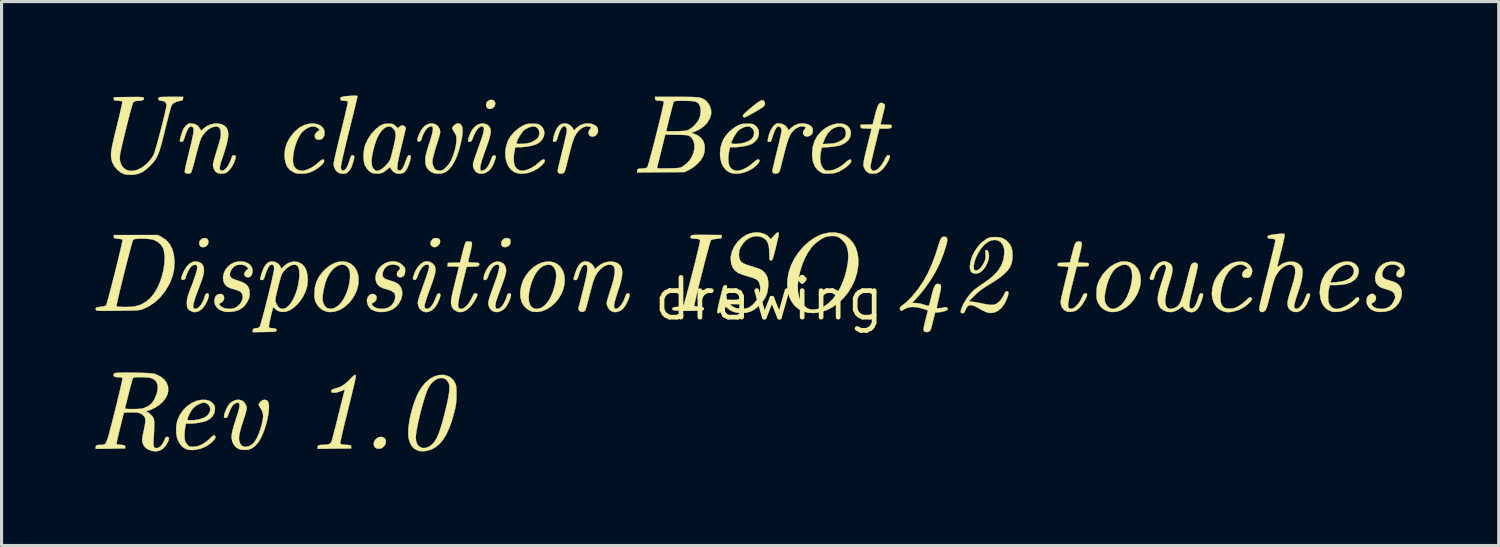
<source format=kicad_pcb>
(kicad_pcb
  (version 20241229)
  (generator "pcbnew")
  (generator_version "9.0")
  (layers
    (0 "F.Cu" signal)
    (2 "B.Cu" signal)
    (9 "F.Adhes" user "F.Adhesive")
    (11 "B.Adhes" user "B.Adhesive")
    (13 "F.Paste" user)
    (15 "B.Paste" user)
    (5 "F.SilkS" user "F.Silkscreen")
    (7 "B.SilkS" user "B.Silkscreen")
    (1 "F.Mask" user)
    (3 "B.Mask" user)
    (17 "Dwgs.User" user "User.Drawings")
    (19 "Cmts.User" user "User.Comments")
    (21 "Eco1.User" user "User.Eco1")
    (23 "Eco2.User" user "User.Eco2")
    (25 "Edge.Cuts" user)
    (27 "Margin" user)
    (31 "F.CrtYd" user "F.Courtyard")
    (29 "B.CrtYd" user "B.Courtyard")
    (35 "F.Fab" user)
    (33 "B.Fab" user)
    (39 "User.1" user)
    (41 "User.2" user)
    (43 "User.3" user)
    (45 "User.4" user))
  (footprint "drawing"
    (layer "F.Cu")
    (at 21.51 6.499)
    (property "Reference" "drawing" (at 0 0 0) (layer "F.SilkS") (effects (font (size 1.27 1.27) (thickness 0.15))))
    (attr through_hole)
    (fp_poly (pts (xy -8.806 -6.348) (xy -8.763 -6.31) (xy -8.743 -6.254) (xy -8.752 -6.188) (xy -8.784 -6.133) (xy -8.847 -6.083) (xy -8.921 -6.068) (xy -8.979 -6.084) (xy -9.019 -6.124) (xy -9.036 -6.186) (xy -9.029 -6.252) (xy -8.998 -6.306) (xy -8.93 -6.352) (xy -8.864 -6.364) (xy -8.806 -6.348)) (stroke (width 0.01) (type solid)) (fill yes) (layer "F.SilkS"))
    (fp_poly (pts (xy -10.556 -1.932) (xy -10.514 -1.89) (xy -10.501 -1.832) (xy -10.52 -1.766) (xy -10.561 -1.713) (xy -10.631 -1.664) (xy -10.7 -1.654) (xy -10.764 -1.684) (xy -10.774 -1.693) (xy -10.809 -1.742) (xy -10.812 -1.795) (xy -10.785 -1.861) (xy -10.746 -1.915) (xy -10.691 -1.942) (xy -10.625 -1.947) (xy -10.556 -1.932)) (stroke (width 0.01) (type solid)) (fill yes) (layer "F.SilkS"))
    (fp_poly (pts (xy -8.307 -1.936) (xy -8.267 -1.9) (xy -8.255 -1.839) (xy -8.264 -1.762) (xy -8.297 -1.712) (xy -8.341 -1.682) (xy -8.424 -1.654) (xy -8.49 -1.664) (xy -8.518 -1.684) (xy -8.552 -1.743) (xy -8.551 -1.809) (xy -8.523 -1.871) (xy -8.472 -1.92) (xy -8.403 -1.946) (xy -8.38 -1.947) (xy -8.307 -1.936)) (stroke (width 0.01) (type solid)) (fill yes) (layer "F.SilkS"))
    (fp_poly (pts (xy -17.956 -1.933) (xy -17.915 -1.89) (xy -17.902 -1.816) (xy -17.903 -1.814) (xy -17.921 -1.746) (xy -17.967 -1.693) (xy -18.027 -1.66) (xy -18.093 -1.653) (xy -18.152 -1.675) (xy -18.168 -1.69) (xy -18.2 -1.751) (xy -18.197 -1.818) (xy -18.166 -1.879) (xy -18.111 -1.925) (xy -18.039 -1.947) (xy -18.027 -1.947) (xy -17.956 -1.933)) (stroke (width 0.01) (type solid)) (fill yes) (layer "F.SilkS"))
    (fp_poly (pts (xy -12.315 4.418) (xy -12.277 4.445) (xy -12.24 4.508) (xy -12.236 4.581) (xy -12.26 4.653) (xy -12.308 4.717) (xy -12.374 4.764) (xy -12.454 4.784) (xy -12.462 4.784) (xy -12.537 4.772) (xy -12.578 4.747) (xy -12.621 4.67) (xy -12.623 4.589) (xy -12.585 4.507) (xy -12.538 4.455) (xy -12.469 4.414) (xy -12.39 4.402) (xy -12.315 4.418)) (stroke (width 0.01) (type solid)) (fill yes) (layer "F.SilkS"))
    (fp_poly (pts (xy -0.187 -6.343) (xy -0.174 -6.336) (xy -0.14 -6.293) (xy -0.131 -6.233) (xy -0.149 -6.174) (xy -0.162 -6.156) (xy -0.194 -6.13) (xy -0.254 -6.09) (xy -0.334 -6.041) (xy -0.426 -5.986) (xy -0.522 -5.932) (xy -0.614 -5.881) (xy -0.694 -5.839) (xy -0.754 -5.811) (xy -0.787 -5.8) (xy -0.787 -5.8) (xy -0.823 -5.817) (xy -0.834 -5.833) (xy -0.835 -5.856) (xy -0.819 -5.885) (xy -0.785 -5.925) (xy -0.727 -5.979) (xy -0.643 -6.052) (xy -0.529 -6.146) (xy -0.512 -6.16) (xy -0.407 -6.243) (xy -0.326 -6.301) (xy -0.266 -6.335) (xy -0.222 -6.348) (xy -0.187 -6.343)) (stroke (width 0.01) (type solid)) (fill yes) (layer "F.SilkS"))
    (fp_poly (pts (xy -6.862 -1.167) (xy -6.751 -1.109) (xy -6.659 -1.023) (xy -6.587 -0.908) (xy -6.54 -0.764) (xy -6.527 -0.673) (xy -6.529 -0.499) (xy -6.565 -0.329) (xy -6.629 -0.167) (xy -6.718 -0.016) (xy -6.828 0.119) (xy -6.955 0.233) (xy -7.094 0.324) (xy -7.242 0.385) (xy -7.393 0.414) (xy -7.545 0.406) (xy -7.571 0.4) (xy -7.668 0.359) (xy -7.764 0.287) (xy -7.845 0.196) (xy -7.902 0.096) (xy -7.909 0.079) (xy -7.936 -0.051) (xy -7.678 -0.051) (xy -7.666 0.08) (xy -7.631 0.185) (xy -7.574 0.261) (xy -7.498 0.306) (xy -7.404 0.316) (xy -7.296 0.289) (xy -7.292 0.287) (xy -7.183 0.22) (xy -7.081 0.114) (xy -6.991 -0.028) (xy -6.913 -0.2) (xy -6.85 -0.401) (xy -6.847 -0.41) (xy -6.809 -0.592) (xy -6.796 -0.742) (xy -6.807 -0.865) (xy -6.837 -0.953) (xy -6.894 -1.038) (xy -6.963 -1.085) (xy -7.05 -1.098) (xy -7.078 -1.096) (xy -7.197 -1.061) (xy -7.307 -0.988) (xy -7.408 -0.878) (xy -7.497 -0.735) (xy -7.572 -0.561) (xy -7.632 -0.359) (xy -7.664 -0.204) (xy -7.678 -0.051) (xy -7.936 -0.051) (xy -7.942 -0.081) (xy -7.943 -0.255) (xy -7.911 -0.434) (xy -7.849 -0.607) (xy -7.775 -0.739) (xy -7.658 -0.891) (xy -7.529 -1.012) (xy -7.394 -1.102) (xy -7.255 -1.163) (xy -7.118 -1.194) (xy -6.985 -1.195) (xy -6.862 -1.167)) (stroke (width 0.01) (type solid)) (fill yes) (layer "F.SilkS"))
    (fp_poly (pts (xy -13.464 -1.176) (xy -13.348 -1.121) (xy -13.25 -1.035) (xy -13.174 -0.921) (xy -13.124 -0.78) (xy -13.108 -0.672) (xy -13.113 -0.485) (xy -13.158 -0.297) (xy -13.219 -0.153) (xy -13.318 0.011) (xy -13.438 0.151) (xy -13.572 0.266) (xy -13.716 0.35) (xy -13.865 0.402) (xy -14.014 0.418) (xy -14.129 0.404) (xy -14.263 0.35) (xy -14.374 0.262) (xy -14.459 0.14) (xy -14.476 0.106) (xy -14.501 0.038) (xy -14.513 -0.035) (xy -14.26 -0.035) (xy -14.259 0.027) (xy -14.229 0.148) (xy -14.175 0.238) (xy -14.1 0.294) (xy -14.008 0.313) (xy -13.901 0.294) (xy -13.85 0.273) (xy -13.747 0.203) (xy -13.651 0.097) (xy -13.565 -0.039) (xy -13.491 -0.196) (xy -13.434 -0.369) (xy -13.396 -0.552) (xy -13.383 -0.669) (xy -13.381 -0.804) (xy -13.396 -0.907) (xy -13.431 -0.985) (xy -13.486 -1.047) (xy -13.568 -1.091) (xy -13.659 -1.098) (xy -13.756 -1.071) (xy -13.854 -1.013) (xy -13.948 -0.927) (xy -14.035 -0.817) (xy -14.108 -0.684) (xy -14.131 -0.63) (xy -14.168 -0.52) (xy -14.202 -0.393) (xy -14.23 -0.263) (xy -14.25 -0.139) (xy -14.26 -0.035) (xy -14.513 -0.035) (xy -14.514 -0.042) (xy -14.52 -0.146) (xy -14.52 -0.175) (xy -14.504 -0.371) (xy -14.456 -0.55) (xy -14.371 -0.715) (xy -14.247 -0.874) (xy -14.164 -0.959) (xy -14.023 -1.071) (xy -13.878 -1.148) (xy -13.733 -1.191) (xy -13.594 -1.199) (xy -13.464 -1.176)) (stroke (width 0.01) (type solid)) (fill yes) (layer "F.SilkS"))
    (fp_poly (pts (xy 11.548 -1.162) (xy 11.666 -1.091) (xy 11.761 -0.989) (xy 11.801 -0.922) (xy 11.856 -0.763) (xy 11.872 -0.59) (xy 11.85 -0.409) (xy 11.79 -0.224) (xy 11.758 -0.153) (xy 11.658 0.011) (xy 11.539 0.151) (xy 11.405 0.266) (xy 11.26 0.35) (xy 11.111 0.402) (xy 10.962 0.418) (xy 10.848 0.404) (xy 10.716 0.35) (xy 10.604 0.263) (xy 10.519 0.145) (xy 10.488 0.077) (xy 10.473 0.028) (xy 10.718 0.028) (xy 10.739 0.122) (xy 10.783 0.2) (xy 10.816 0.238) (xy 10.89 0.296) (xy 10.965 0.317) (xy 11.052 0.304) (xy 11.126 0.274) (xy 11.238 0.197) (xy 11.34 0.081) (xy 11.43 -0.07) (xy 11.506 -0.255) (xy 11.555 -0.422) (xy 11.589 -0.6) (xy 11.598 -0.755) (xy 11.583 -0.884) (xy 11.546 -0.984) (xy 11.489 -1.055) (xy 11.413 -1.093) (xy 11.321 -1.097) (xy 11.215 -1.065) (xy 11.094 -0.994) (xy 11.086 -0.987) (xy 10.999 -0.901) (xy 10.919 -0.778) (xy 10.847 -0.622) (xy 10.787 -0.438) (xy 10.74 -0.237) (xy 10.719 -0.09) (xy 10.718 0.028) (xy 10.473 0.028) (xy 10.47 0.016) (xy 10.46 -0.055) (xy 10.457 -0.147) (xy 10.46 -0.227) (xy 10.465 -0.33) (xy 10.475 -0.407) (xy 10.493 -0.474) (xy 10.522 -0.547) (xy 10.547 -0.6) (xy 10.64 -0.761) (xy 10.758 -0.904) (xy 10.892 -1.026) (xy 11.037 -1.12) (xy 11.186 -1.18) (xy 11.265 -1.197) (xy 11.412 -1.198) (xy 11.548 -1.162)) (stroke (width 0.01) (type solid)) (fill yes) (layer "F.SilkS"))
    (fp_poly (pts (xy -14.502 -5.6) (xy -14.385 -5.57) (xy -14.292 -5.515) (xy -14.227 -5.439) (xy -14.195 -5.347) (xy -14.2 -5.241) (xy -14.204 -5.222) (xy -14.245 -5.142) (xy -14.31 -5.095) (xy -14.394 -5.084) (xy -14.397 -5.084) (xy -14.461 -5.106) (xy -14.499 -5.152) (xy -14.509 -5.211) (xy -14.491 -5.274) (xy -14.444 -5.331) (xy -14.415 -5.351) (xy -14.37 -5.382) (xy -14.363 -5.411) (xy -14.392 -5.446) (xy -14.42 -5.468) (xy -14.504 -5.506) (xy -14.602 -5.509) (xy -14.706 -5.479) (xy -14.811 -5.418) (xy -14.91 -5.328) (xy -14.935 -5.299) (xy -15.006 -5.193) (xy -15.069 -5.064) (xy -15.122 -4.92) (xy -15.164 -4.769) (xy -15.192 -4.619) (xy -15.205 -4.479) (xy -15.201 -4.357) (xy -15.178 -4.26) (xy -15.165 -4.233) (xy -15.095 -4.152) (xy -15.003 -4.105) (xy -14.895 -4.096) (xy -14.88 -4.097) (xy -14.757 -4.129) (xy -14.625 -4.189) (xy -14.497 -4.271) (xy -14.4 -4.352) (xy -14.322 -4.422) (xy -14.264 -4.455) (xy -14.227 -4.453) (xy -14.208 -4.415) (xy -14.207 -4.411) (xy -14.219 -4.364) (xy -14.263 -4.305) (xy -14.332 -4.239) (xy -14.418 -4.173) (xy -14.516 -4.113) (xy -14.555 -4.092) (xy -14.643 -4.051) (xy -14.715 -4.026) (xy -14.79 -4.013) (xy -14.887 -4.006) (xy -14.898 -4.006) (xy -14.994 -4.004) (xy -15.063 -4.008) (xy -15.119 -4.021) (xy -15.177 -4.044) (xy -15.19 -4.05) (xy -15.305 -4.125) (xy -15.39 -4.227) (xy -15.444 -4.358) (xy -15.47 -4.518) (xy -15.473 -4.594) (xy -15.456 -4.787) (xy -15.403 -4.966) (xy -15.312 -5.138) (xy -15.284 -5.179) (xy -15.148 -5.345) (xy -15.003 -5.471) (xy -14.848 -5.555) (xy -14.682 -5.599) (xy -14.64 -5.604) (xy -14.502 -5.6)) (stroke (width 0.01) (type solid)) (fill yes) (layer "F.SilkS"))
    (fp_poly (pts (xy -13.207 2.427) (xy -13.204 2.43) (xy -13.199 2.443) (xy -13.2 2.472) (xy -13.206 2.519) (xy -13.219 2.587) (xy -13.239 2.679) (xy -13.266 2.799) (xy -13.302 2.948) (xy -13.346 3.13) (xy -13.4 3.348) (xy -13.445 3.53) (xy -13.513 3.804) (xy -13.57 4.038) (xy -13.617 4.234) (xy -13.652 4.391) (xy -13.677 4.508) (xy -13.691 4.585) (xy -13.694 4.622) (xy -13.693 4.625) (xy -13.663 4.636) (xy -13.602 4.647) (xy -13.524 4.656) (xy -13.509 4.657) (xy -13.427 4.663) (xy -13.378 4.67) (xy -13.354 4.682) (xy -13.346 4.702) (xy -13.346 4.72) (xy -13.346 4.773) (xy -13.88 4.779) (xy -14.415 4.784) (xy -14.415 4.733) (xy -14.408 4.696) (xy -14.382 4.673) (xy -14.33 4.661) (xy -14.245 4.657) (xy -14.224 4.657) (xy -14.117 4.651) (xy -14.044 4.632) (xy -13.997 4.598) (xy -13.974 4.558) (xy -13.963 4.524) (xy -13.944 4.454) (xy -13.917 4.353) (xy -13.884 4.226) (xy -13.846 4.077) (xy -13.805 3.913) (xy -13.761 3.736) (xy -13.758 3.725) (xy -13.714 3.55) (xy -13.674 3.386) (xy -13.637 3.24) (xy -13.606 3.115) (xy -13.581 3.016) (xy -13.564 2.949) (xy -13.555 2.917) (xy -13.555 2.916) (xy -13.554 2.898) (xy -13.572 2.898) (xy -13.615 2.917) (xy -13.65 2.934) (xy -13.787 2.983) (xy -13.868 2.992) (xy -13.933 2.992) (xy -13.967 2.986) (xy -13.979 2.968) (xy -13.981 2.944) (xy -13.976 2.916) (xy -13.956 2.895) (xy -13.912 2.876) (xy -13.837 2.854) (xy -13.72 2.816) (xy -13.619 2.765) (xy -13.521 2.694) (xy -13.416 2.597) (xy -13.373 2.553) (xy -13.304 2.483) (xy -13.257 2.442) (xy -13.227 2.424) (xy -13.207 2.427)) (stroke (width 0.01) (type solid)) (fill yes) (layer "F.SilkS"))
    (fp_poly (pts (xy -8.584 -1.184) (xy -8.567 -1.178) (xy -8.478 -1.125) (xy -8.421 -1.047) (xy -8.397 -0.942) (xy -8.396 -0.9) (xy -8.403 -0.841) (xy -8.422 -0.76) (xy -8.456 -0.652) (xy -8.504 -0.514) (xy -8.545 -0.402) (xy -8.608 -0.233) (xy -8.656 -0.099) (xy -8.692 0.006) (xy -8.717 0.087) (xy -8.732 0.149) (xy -8.739 0.197) (xy -8.739 0.235) (xy -8.738 0.245) (xy -8.717 0.296) (xy -8.674 0.315) (xy -8.613 0.3) (xy -8.573 0.276) (xy -8.529 0.229) (xy -8.48 0.155) (xy -8.432 0.065) (xy -8.394 -0.026) (xy -8.372 -0.099) (xy -8.346 -0.16) (xy -8.303 -0.183) (xy -8.264 -0.176) (xy -8.242 -0.147) (xy -8.245 -0.086) (xy -8.271 0.002) (xy -8.321 0.114) (xy -8.322 0.116) (xy -8.38 0.222) (xy -8.437 0.297) (xy -8.501 0.35) (xy -8.562 0.383) (xy -8.645 0.414) (xy -8.719 0.418) (xy -8.773 0.408) (xy -8.859 0.367) (xy -8.922 0.291) (xy -8.945 0.242) (xy -8.958 0.202) (xy -8.965 0.161) (xy -8.964 0.115) (xy -8.955 0.057) (xy -8.936 -0.017) (xy -8.906 -0.112) (xy -8.863 -0.234) (xy -8.808 -0.387) (xy -8.775 -0.476) (xy -8.708 -0.663) (xy -8.66 -0.813) (xy -8.629 -0.929) (xy -8.617 -1.013) (xy -8.622 -1.067) (xy -8.644 -1.092) (xy -8.711 -1.097) (xy -8.779 -1.063) (xy -8.845 -0.993) (xy -8.905 -0.891) (xy -8.957 -0.761) (xy -8.992 -0.669) (xy -9.028 -0.617) (xy -9.067 -0.602) (xy -9.102 -0.614) (xy -9.118 -0.647) (xy -9.113 -0.706) (xy -9.091 -0.782) (xy -9.056 -0.868) (xy -9.011 -0.954) (xy -8.96 -1.032) (xy -8.906 -1.093) (xy -8.9 -1.098) (xy -8.795 -1.169) (xy -8.69 -1.197) (xy -8.584 -1.184)) (stroke (width 0.01) (type solid)) (fill yes) (layer "F.SilkS"))
    (fp_poly (pts (xy -18.21 -1.183) (xy -18.126 -1.136) (xy -18.074 -1.067) (xy -18.049 -0.972) (xy -18.047 -0.903) (xy -18.05 -0.847) (xy -18.06 -0.786) (xy -18.079 -0.714) (xy -18.109 -0.622) (xy -18.152 -0.504) (xy -18.188 -0.409) (xy -18.259 -0.22) (xy -18.315 -0.066) (xy -18.354 0.056) (xy -18.379 0.149) (xy -18.39 0.218) (xy -18.388 0.265) (xy -18.372 0.295) (xy -18.345 0.31) (xy -18.328 0.313) (xy -18.266 0.301) (xy -18.201 0.253) (xy -18.138 0.179) (xy -18.082 0.084) (xy -18.039 -0.024) (xy -18.025 -0.078) (xy -17.998 -0.147) (xy -17.959 -0.18) (xy -17.918 -0.177) (xy -17.893 -0.146) (xy -17.894 -0.083) (xy -17.922 0.011) (xy -17.96 0.101) (xy -18.024 0.214) (xy -18.101 0.308) (xy -18.184 0.375) (xy -18.245 0.402) (xy -18.318 0.419) (xy -18.373 0.419) (xy -18.431 0.4) (xy -18.447 0.394) (xy -18.519 0.353) (xy -18.564 0.302) (xy -18.587 0.231) (xy -18.593 0.13) (xy -18.593 0.119) (xy -18.589 0.042) (xy -18.578 -0.031) (xy -18.556 -0.112) (xy -18.52 -0.213) (xy -18.501 -0.265) (xy -18.427 -0.458) (xy -18.366 -0.628) (xy -18.317 -0.771) (xy -18.283 -0.884) (xy -18.264 -0.964) (xy -18.261 -0.99) (xy -18.268 -1.058) (xy -18.301 -1.092) (xy -18.357 -1.091) (xy -18.401 -1.075) (xy -18.447 -1.045) (xy -18.488 -0.997) (xy -18.532 -0.922) (xy -18.55 -0.888) (xy -18.586 -0.811) (xy -18.613 -0.745) (xy -18.626 -0.702) (xy -18.627 -0.697) (xy -18.644 -0.645) (xy -18.686 -0.612) (xy -18.734 -0.608) (xy -18.762 -0.627) (xy -18.769 -0.666) (xy -18.755 -0.729) (xy -18.718 -0.82) (xy -18.678 -0.906) (xy -18.6 -1.034) (xy -18.51 -1.127) (xy -18.412 -1.184) (xy -18.308 -1.202) (xy -18.21 -1.183)) (stroke (width 0.01) (type solid)) (fill yes) (layer "F.SilkS"))
    (fp_poly (pts (xy -9.013 -5.576) (xy -8.94 -5.515) (xy -8.925 -5.495) (xy -8.901 -5.447) (xy -8.889 -5.392) (xy -8.889 -5.323) (xy -8.903 -5.237) (xy -8.931 -5.128) (xy -8.974 -4.992) (xy -9.033 -4.823) (xy -9.052 -4.771) (xy -9.12 -4.579) (xy -9.171 -4.423) (xy -9.206 -4.3) (xy -9.223 -4.209) (xy -9.225 -4.145) (xy -9.211 -4.107) (xy -9.18 -4.092) (xy -9.135 -4.098) (xy -9.133 -4.099) (xy -9.057 -4.143) (xy -8.984 -4.228) (xy -8.917 -4.353) (xy -8.869 -4.477) (xy -8.84 -4.546) (xy -8.81 -4.581) (xy -8.787 -4.589) (xy -8.744 -4.581) (xy -8.728 -4.562) (xy -8.729 -4.522) (xy -8.746 -4.457) (xy -8.775 -4.377) (xy -8.81 -4.294) (xy -8.849 -4.218) (xy -8.881 -4.168) (xy -8.963 -4.084) (xy -9.058 -4.027) (xy -9.159 -4.001) (xy -9.257 -4.006) (xy -9.342 -4.046) (xy -9.353 -4.054) (xy -9.418 -4.136) (xy -9.453 -4.236) (xy -9.452 -4.332) (xy -9.44 -4.373) (xy -9.417 -4.448) (xy -9.383 -4.548) (xy -9.342 -4.668) (xy -9.295 -4.8) (xy -9.27 -4.87) (xy -9.208 -5.043) (xy -9.161 -5.182) (xy -9.129 -5.29) (xy -9.111 -5.372) (xy -9.105 -5.431) (xy -9.111 -5.471) (xy -9.127 -5.498) (xy -9.131 -5.501) (xy -9.179 -5.517) (xy -9.235 -5.497) (xy -9.295 -5.444) (xy -9.355 -5.364) (xy -9.411 -5.26) (xy -9.443 -5.181) (xy -9.474 -5.101) (xy -9.498 -5.054) (xy -9.523 -5.03) (xy -9.553 -5.021) (xy -9.554 -5.02) (xy -9.595 -5.022) (xy -9.609 -5.048) (xy -9.61 -5.067) (xy -9.599 -5.133) (xy -9.57 -5.22) (xy -9.528 -5.314) (xy -9.48 -5.403) (xy -9.469 -5.42) (xy -9.391 -5.509) (xy -9.299 -5.57) (xy -9.2 -5.602) (xy -9.102 -5.604) (xy -9.013 -5.576)) (stroke (width 0.01) (type solid)) (fill yes) (layer "F.SilkS"))
    (fp_poly (pts (xy 15.127 -1.194) (xy 15.242 -1.162) (xy 15.268 -1.148) (xy 15.344 -1.086) (xy 15.401 -1.005) (xy 15.429 -0.919) (xy 15.431 -0.895) (xy 15.419 -0.819) (xy 15.391 -0.75) (xy 15.352 -0.701) (xy 15.334 -0.69) (xy 15.276 -0.679) (xy 15.21 -0.68) (xy 15.155 -0.692) (xy 15.138 -0.703) (xy 15.113 -0.754) (xy 15.118 -0.819) (xy 15.148 -0.883) (xy 15.198 -0.935) (xy 15.235 -0.955) (xy 15.29 -0.976) (xy 15.237 -1.029) (xy 15.156 -1.083) (xy 15.063 -1.101) (xy 14.962 -1.085) (xy 14.86 -1.038) (xy 14.76 -0.963) (xy 14.667 -0.862) (xy 14.588 -0.738) (xy 14.572 -0.705) (xy 14.518 -0.571) (xy 14.474 -0.424) (xy 14.442 -0.274) (xy 14.423 -0.129) (xy 14.418 0.001) (xy 14.429 0.107) (xy 14.443 0.154) (xy 14.485 0.231) (xy 14.539 0.278) (xy 14.614 0.301) (xy 14.708 0.306) (xy 14.793 0.303) (xy 14.862 0.289) (xy 14.934 0.259) (xy 14.985 0.232) (xy 15.074 0.177) (xy 15.168 0.105) (xy 15.236 0.044) (xy 15.297 -0.016) (xy 15.339 -0.048) (xy 15.368 -0.056) (xy 15.383 -0.05) (xy 15.415 -0.023) (xy 15.42 0.009) (xy 15.398 0.052) (xy 15.345 0.114) (xy 15.333 0.127) (xy 15.227 0.219) (xy 15.094 0.301) (xy 14.949 0.366) (xy 14.819 0.402) (xy 14.715 0.418) (xy 14.634 0.42) (xy 14.557 0.407) (xy 14.504 0.392) (xy 14.38 0.333) (xy 14.281 0.243) (xy 14.207 0.128) (xy 14.161 -0.009) (xy 14.142 -0.161) (xy 14.154 -0.325) (xy 14.195 -0.495) (xy 14.245 -0.62) (xy 14.305 -0.722) (xy 14.388 -0.834) (xy 14.484 -0.942) (xy 14.58 -1.03) (xy 14.595 -1.042) (xy 14.721 -1.12) (xy 14.857 -1.172) (xy 14.996 -1.197) (xy 15.127 -1.194)) (stroke (width 0.01) (type solid)) (fill yes) (layer "F.SilkS"))
    (fp_poly (pts (xy 18.61 -1.179) (xy 18.709 -1.128) (xy 18.752 -1.088) (xy 18.811 -1.006) (xy 18.835 -0.924) (xy 18.828 -0.831) (xy 18.786 -0.712) (xy 18.708 -0.615) (xy 18.595 -0.539) (xy 18.448 -0.485) (xy 18.268 -0.453) (xy 18.094 -0.445) (xy 17.911 -0.445) (xy 17.884 -0.333) (xy 17.865 -0.227) (xy 17.857 -0.112) (xy 17.859 -0.000032) (xy 17.871 0.096) (xy 17.892 0.162) (xy 17.956 0.251) (xy 18.038 0.303) (xy 18.137 0.318) (xy 18.255 0.297) (xy 18.395 0.24) (xy 18.396 0.24) (xy 18.527 0.162) (xy 18.642 0.069) (xy 18.663 0.049) (xy 18.726 -0.014) (xy 18.769 -0.049) (xy 18.799 -0.059) (xy 18.822 -0.049) (xy 18.838 -0.032) (xy 18.847 0.009) (xy 18.823 0.063) (xy 18.771 0.125) (xy 18.698 0.191) (xy 18.608 0.255) (xy 18.508 0.313) (xy 18.407 0.357) (xy 18.302 0.388) (xy 18.187 0.407) (xy 18.078 0.414) (xy 17.99 0.407) (xy 17.981 0.405) (xy 17.85 0.35) (xy 17.744 0.263) (xy 17.664 0.145) (xy 17.613 -0.002) (xy 17.59 -0.175) (xy 17.59 -0.222) (xy 17.609 -0.431) (xy 17.636 -0.523) (xy 17.926 -0.523) (xy 18.112 -0.538) (xy 18.214 -0.55) (xy 18.317 -0.569) (xy 18.401 -0.59) (xy 18.413 -0.594) (xy 18.527 -0.649) (xy 18.612 -0.72) (xy 18.664 -0.803) (xy 18.68 -0.892) (xy 18.658 -0.982) (xy 18.603 -1.055) (xy 18.526 -1.093) (xy 18.431 -1.096) (xy 18.336 -1.068) (xy 18.221 -1.005) (xy 18.125 -0.918) (xy 18.045 -0.801) (xy 17.974 -0.649) (xy 17.967 -0.632) (xy 17.926 -0.523) (xy 17.636 -0.523) (xy 17.666 -0.623) (xy 17.76 -0.794) (xy 17.891 -0.944) (xy 18.057 -1.071) (xy 18.08 -1.086) (xy 18.219 -1.153) (xy 18.358 -1.191) (xy 18.491 -1.199) (xy 18.61 -1.179)) (stroke (width 0.01) (type solid)) (fill yes) (layer "F.SilkS"))
    (fp_poly (pts (xy -10.837 -1.189) (xy -10.752 -1.142) (xy -10.689 -1.076) (xy -10.688 -1.075) (xy -10.664 -1.026) (xy -10.652 -0.97) (xy -10.652 -0.902) (xy -10.666 -0.816) (xy -10.694 -0.709) (xy -10.738 -0.573) (xy -10.798 -0.406) (xy -10.814 -0.363) (xy -10.878 -0.188) (xy -10.927 -0.049) (xy -10.963 0.06) (xy -10.987 0.142) (xy -10.999 0.202) (xy -11.001 0.245) (xy -10.994 0.273) (xy -10.986 0.285) (xy -10.939 0.316) (xy -10.883 0.311) (xy -10.823 0.271) (xy -10.762 0.201) (xy -10.704 0.104) (xy -10.652 -0.017) (xy -10.638 -0.056) (xy -10.603 -0.136) (xy -10.565 -0.178) (xy -10.526 -0.179) (xy -10.506 -0.165) (xy -10.494 -0.142) (xy -10.496 -0.106) (xy -10.512 -0.046) (xy -10.528 0.002) (xy -10.596 0.159) (xy -10.677 0.28) (xy -10.77 0.362) (xy -10.801 0.379) (xy -10.893 0.414) (xy -10.971 0.42) (xy -11.05 0.396) (xy -11.07 0.386) (xy -11.144 0.328) (xy -11.195 0.242) (xy -11.218 0.143) (xy -11.218 0.127) (xy -11.211 0.075) (xy -11.192 -0.003) (xy -11.164 -0.096) (xy -11.146 -0.148) (xy -11.069 -0.363) (xy -11.005 -0.542) (xy -10.955 -0.688) (xy -10.916 -0.805) (xy -10.887 -0.896) (xy -10.868 -0.964) (xy -10.859 -1.014) (xy -10.857 -1.048) (xy -10.862 -1.07) (xy -10.873 -1.084) (xy -10.89 -1.093) (xy -10.893 -1.094) (xy -10.956 -1.097) (xy -11.024 -1.063) (xy -11.09 -0.996) (xy -11.152 -0.899) (xy -11.205 -0.779) (xy -11.207 -0.773) (xy -11.244 -0.679) (xy -11.278 -0.624) (xy -11.312 -0.605) (xy -11.348 -0.617) (xy -11.351 -0.62) (xy -11.368 -0.638) (xy -11.373 -0.664) (xy -11.364 -0.709) (xy -11.345 -0.769) (xy -11.289 -0.907) (xy -11.215 -1.024) (xy -11.129 -1.117) (xy -11.036 -1.179) (xy -10.941 -1.206) (xy -10.925 -1.206) (xy -10.837 -1.189)) (stroke (width 0.01) (type solid)) (fill yes) (layer "F.SilkS"))
    (fp_poly (pts (xy 2.281 -2.09) (xy 2.436 -2.023) (xy 2.57 -1.924) (xy 2.682 -1.796) (xy 2.769 -1.641) (xy 2.826 -1.462) (xy 2.853 -1.262) (xy 2.85 -1.083) (xy 2.812 -0.845) (xy 2.743 -0.618) (xy 2.645 -0.404) (xy 2.523 -0.206) (xy 2.378 -0.028) (xy 2.215 0.126) (xy 2.037 0.254) (xy 1.848 0.353) (xy 1.65 0.418) (xy 1.448 0.448) (xy 1.26 0.44) (xy 1.091 0.398) (xy 0.943 0.322) (xy 0.818 0.215) (xy 0.718 0.08) (xy 0.644 -0.079) (xy 0.597 -0.259) (xy 0.581 -0.447) (xy 0.918 -0.447) (xy 0.921 -0.255) (xy 0.927 -0.208) (xy 0.968 -0.03) (xy 1.037 0.115) (xy 1.132 0.23) (xy 1.238 0.305) (xy 1.32 0.331) (xy 1.425 0.336) (xy 1.541 0.322) (xy 1.652 0.291) (xy 1.715 0.263) (xy 1.888 0.145) (xy 2.045 -0.01) (xy 2.185 -0.2) (xy 2.305 -0.422) (xy 2.404 -0.675) (xy 2.473 -0.921) (xy 2.517 -1.154) (xy 2.532 -1.357) (xy 2.52 -1.533) (xy 2.479 -1.683) (xy 2.455 -1.736) (xy 2.407 -1.807) (xy 2.338 -1.881) (xy 2.262 -1.946) (xy 2.192 -1.989) (xy 2.184 -1.992) (xy 2.105 -2.009) (xy 2.004 -2.013) (xy 1.898 -2.004) (xy 1.805 -1.982) (xy 1.802 -1.981) (xy 1.704 -1.934) (xy 1.595 -1.864) (xy 1.487 -1.781) (xy 1.395 -1.694) (xy 1.366 -1.661) (xy 1.25 -1.496) (xy 1.146 -1.304) (xy 1.059 -1.094) (xy 0.99 -0.875) (xy 0.942 -0.656) (xy 0.918 -0.447) (xy 0.581 -0.447) (xy 0.58 -0.458) (xy 0.593 -0.67) (xy 0.627 -0.846) (xy 0.7 -1.068) (xy 0.805 -1.283) (xy 0.939 -1.485) (xy 1.095 -1.668) (xy 1.269 -1.828) (xy 1.456 -1.958) (xy 1.651 -2.054) (xy 1.725 -2.079) (xy 1.923 -2.121) (xy 2.109 -2.124) (xy 2.281 -2.09)) (stroke (width 0.01) (type solid)) (fill yes) (layer "F.SilkS"))
    (fp_poly (pts (xy -13.169 -6.492) (xy -13.15 -6.483) (xy -13.145 -6.47) (xy -13.145 -6.468) (xy -13.15 -6.441) (xy -13.164 -6.378) (xy -13.187 -6.281) (xy -13.217 -6.155) (xy -13.254 -6.004) (xy -13.296 -5.832) (xy -13.343 -5.643) (xy -13.393 -5.441) (xy -13.409 -5.376) (xy -13.461 -5.169) (xy -13.509 -4.971) (xy -13.553 -4.787) (xy -13.591 -4.621) (xy -13.624 -4.479) (xy -13.649 -4.363) (xy -13.666 -4.279) (xy -13.673 -4.23) (xy -13.674 -4.224) (xy -13.669 -4.158) (xy -13.65 -4.12) (xy -13.631 -4.106) (xy -13.581 -4.101) (xy -13.531 -4.136) (xy -13.481 -4.21) (xy -13.433 -4.32) (xy -13.406 -4.401) (xy -13.379 -4.491) (xy -13.358 -4.547) (xy -13.34 -4.578) (xy -13.321 -4.589) (xy -13.295 -4.589) (xy -13.294 -4.589) (xy -13.265 -4.581) (xy -13.249 -4.563) (xy -13.246 -4.527) (xy -13.257 -4.466) (xy -13.281 -4.376) (xy -13.297 -4.32) (xy -13.337 -4.208) (xy -13.385 -4.124) (xy -13.42 -4.082) (xy -13.472 -4.033) (xy -13.516 -4.009) (xy -13.572 -4.001) (xy -13.602 -4.001) (xy -13.706 -4.014) (xy -13.768 -4.042) (xy -13.842 -4.115) (xy -13.89 -4.213) (xy -13.906 -4.311) (xy -13.901 -4.35) (xy -13.886 -4.425) (xy -13.864 -4.532) (xy -13.834 -4.666) (xy -13.798 -4.822) (xy -13.756 -4.997) (xy -13.71 -5.185) (xy -13.673 -5.336) (xy -13.625 -5.529) (xy -13.581 -5.71) (xy -13.542 -5.874) (xy -13.508 -6.018) (xy -13.481 -6.136) (xy -13.462 -6.226) (xy -13.452 -6.282) (xy -13.45 -6.301) (xy -13.478 -6.32) (xy -13.535 -6.329) (xy -13.544 -6.329) (xy -13.628 -6.334) (xy -13.676 -6.352) (xy -13.694 -6.385) (xy -13.695 -6.394) (xy -13.688 -6.423) (xy -13.665 -6.445) (xy -13.618 -6.461) (xy -13.543 -6.474) (xy -13.434 -6.483) (xy -13.383 -6.487) (xy -13.279 -6.493) (xy -13.21 -6.494) (xy -13.169 -6.492)) (stroke (width 0.01) (type solid)) (fill yes) (layer "F.SilkS"))
    (fp_poly (pts (xy 2.321 -5.602) (xy 2.428 -5.574) (xy 2.515 -5.522) (xy 2.577 -5.447) (xy 2.609 -5.35) (xy 2.613 -5.293) (xy 2.593 -5.176) (xy 2.536 -5.076) (xy 2.441 -4.99) (xy 2.432 -4.984) (xy 2.338 -4.933) (xy 2.22 -4.895) (xy 2.072 -4.868) (xy 1.89 -4.85) (xy 1.884 -4.85) (xy 1.683 -4.837) (xy 1.658 -4.72) (xy 1.633 -4.539) (xy 1.639 -4.384) (xy 1.676 -4.255) (xy 1.734 -4.164) (xy 1.773 -4.126) (xy 1.811 -4.106) (xy 1.864 -4.1) (xy 1.914 -4.1) (xy 2.056 -4.123) (xy 2.203 -4.185) (xy 2.35 -4.281) (xy 2.429 -4.349) (xy 2.511 -4.418) (xy 2.571 -4.453) (xy 2.608 -4.453) (xy 2.624 -4.419) (xy 2.625 -4.403) (xy 2.607 -4.354) (xy 2.558 -4.294) (xy 2.484 -4.228) (xy 2.394 -4.162) (xy 2.294 -4.103) (xy 2.277 -4.094) (xy 2.187 -4.052) (xy 2.114 -4.027) (xy 2.039 -4.013) (xy 1.944 -4.006) (xy 1.93 -4.006) (xy 1.833 -4.003) (xy 1.764 -4.008) (xy 1.711 -4.02) (xy 1.659 -4.043) (xy 1.658 -4.043) (xy 1.547 -4.123) (xy 1.463 -4.234) (xy 1.407 -4.375) (xy 1.379 -4.545) (xy 1.376 -4.633) (xy 1.394 -4.845) (xy 1.423 -4.947) (xy 1.712 -4.947) (xy 1.912 -4.958) (xy 2.021 -4.966) (xy 2.105 -4.979) (xy 2.179 -5.002) (xy 2.25 -5.033) (xy 2.35 -5.089) (xy 2.414 -5.15) (xy 2.447 -5.225) (xy 2.455 -5.313) (xy 2.439 -5.398) (xy 2.396 -5.459) (xy 2.331 -5.495) (xy 2.25 -5.507) (xy 2.16 -5.494) (xy 2.067 -5.458) (xy 1.977 -5.399) (xy 1.896 -5.317) (xy 1.869 -5.279) (xy 1.82 -5.197) (xy 1.774 -5.105) (xy 1.755 -5.059) (xy 1.712 -4.947) (xy 1.423 -4.947) (xy 1.449 -5.036) (xy 1.54 -5.205) (xy 1.668 -5.353) (xy 1.795 -5.454) (xy 1.932 -5.532) (xy 2.068 -5.582) (xy 2.2 -5.605) (xy 2.321 -5.602)) (stroke (width 0.01) (type solid)) (fill yes) (layer "F.SilkS"))
    (fp_poly (pts (xy -10.305 2.442) (xy -10.185 2.494) (xy -10.094 2.574) (xy -10.025 2.686) (xy -10.006 2.733) (xy -9.993 2.782) (xy -9.986 2.843) (xy -9.982 2.925) (xy -9.981 3.039) (xy -9.981 3.059) (xy -9.984 3.195) (xy -9.991 3.306) (xy -10.006 3.41) (xy -10.029 3.523) (xy -10.042 3.577) (xy -10.12 3.861) (xy -10.205 4.105) (xy -10.299 4.312) (xy -10.402 4.482) (xy -10.515 4.62) (xy -10.641 4.726) (xy -10.743 4.786) (xy -10.878 4.837) (xy -11.016 4.861) (xy -11.145 4.859) (xy -11.225 4.839) (xy -11.337 4.776) (xy -11.423 4.679) (xy -11.484 4.548) (xy -11.509 4.44) (xy -11.282 4.44) (xy -11.266 4.562) (xy -11.221 4.658) (xy -11.154 4.724) (xy -11.068 4.758) (xy -10.969 4.757) (xy -10.863 4.717) (xy -10.833 4.699) (xy -10.768 4.649) (xy -10.708 4.587) (xy -10.653 4.51) (xy -10.601 4.415) (xy -10.55 4.296) (xy -10.499 4.151) (xy -10.445 3.975) (xy -10.388 3.765) (xy -10.33 3.535) (xy -10.278 3.313) (xy -10.24 3.128) (xy -10.217 2.976) (xy -10.207 2.855) (xy -10.211 2.762) (xy -10.224 2.704) (xy -10.274 2.611) (xy -10.344 2.552) (xy -10.427 2.524) (xy -10.52 2.528) (xy -10.617 2.561) (xy -10.712 2.623) (xy -10.799 2.712) (xy -10.875 2.828) (xy -10.879 2.836) (xy -10.922 2.934) (xy -10.969 3.065) (xy -11.019 3.221) (xy -11.07 3.395) (xy -11.119 3.578) (xy -11.165 3.765) (xy -11.206 3.946) (xy -11.24 4.114) (xy -11.265 4.263) (xy -11.279 4.383) (xy -11.282 4.44) (xy -11.509 4.44) (xy -11.514 4.419) (xy -11.524 4.279) (xy -11.515 4.11) (xy -11.49 3.921) (xy -11.451 3.719) (xy -11.398 3.514) (xy -11.335 3.314) (xy -11.263 3.127) (xy -11.197 2.986) (xy -11.09 2.811) (xy -10.967 2.665) (xy -10.834 2.552) (xy -10.692 2.472) (xy -10.546 2.429) (xy -10.4 2.423) (xy -10.305 2.442)) (stroke (width 0.01) (type solid)) (fill yes) (layer "F.SilkS"))
    (fp_poly (pts (xy -2.155 -2.049) (xy -2.002 -2.048) (xy -1.99 -2.048) (xy -1.513 -2.043) (xy -1.513 -1.99) (xy -1.516 -1.962) (xy -1.53 -1.945) (xy -1.564 -1.935) (xy -1.626 -1.927) (xy -1.669 -1.923) (xy -1.757 -1.911) (xy -1.823 -1.895) (xy -1.856 -1.878) (xy -1.867 -1.852) (xy -1.887 -1.791) (xy -1.913 -1.698) (xy -1.946 -1.579) (xy -1.984 -1.438) (xy -2.026 -1.28) (xy -2.07 -1.11) (xy -2.115 -0.932) (xy -2.161 -0.752) (xy -2.205 -0.574) (xy -2.248 -0.402) (xy -2.287 -0.242) (xy -2.321 -0.098) (xy -2.349 0.025) (xy -2.371 0.122) (xy -2.384 0.189) (xy -2.388 0.221) (xy -2.387 0.223) (xy -2.36 0.232) (xy -2.304 0.241) (xy -2.232 0.249) (xy -2.14 0.262) (xy -2.088 0.283) (xy -2.075 0.313) (xy -2.094 0.347) (xy -2.122 0.357) (xy -2.185 0.365) (xy -2.275 0.372) (xy -2.384 0.376) (xy -2.505 0.378) (xy -2.631 0.379) (xy -2.755 0.377) (xy -2.869 0.374) (xy -2.965 0.368) (xy -3.037 0.361) (xy -3.078 0.351) (xy -3.084 0.347) (xy -3.09 0.306) (xy -3.07 0.279) (xy -3.019 0.261) (xy -2.93 0.25) (xy -2.919 0.249) (xy -2.831 0.24) (xy -2.775 0.227) (xy -2.74 0.206) (xy -2.729 0.194) (xy -2.719 0.167) (xy -2.699 0.104) (xy -2.672 0.009) (xy -2.638 -0.112) (xy -2.6 -0.255) (xy -2.557 -0.414) (xy -2.513 -0.585) (xy -2.466 -0.763) (xy -2.42 -0.942) (xy -2.375 -1.119) (xy -2.333 -1.288) (xy -2.295 -1.445) (xy -2.261 -1.583) (xy -2.234 -1.699) (xy -2.214 -1.788) (xy -2.203 -1.844) (xy -2.201 -1.86) (xy -2.215 -1.894) (xy -2.26 -1.915) (xy -2.34 -1.925) (xy -2.395 -1.926) (xy -2.469 -1.934) (xy -2.506 -1.959) (xy -2.504 -1.998) (xy -2.491 -2.019) (xy -2.478 -2.03) (xy -2.455 -2.039) (xy -2.417 -2.044) (xy -2.358 -2.048) (xy -2.272 -2.049) (xy -2.155 -2.049)) (stroke (width 0.01) (type solid)) (fill yes) (layer "F.SilkS"))
    (fp_poly (pts (xy 3.64 -6.252) (xy 3.684 -6.219) (xy 3.704 -6.181) (xy 3.704 -6.178) (xy 3.699 -6.152) (xy 3.686 -6.094) (xy 3.668 -6.014) (xy 3.645 -5.921) (xy 3.621 -5.825) (xy 3.599 -5.734) (xy 3.579 -5.659) (xy 3.565 -5.608) (xy 3.564 -5.604) (xy 3.563 -5.586) (xy 3.577 -5.575) (xy 3.614 -5.569) (xy 3.682 -5.567) (xy 3.734 -5.567) (xy 3.822 -5.566) (xy 3.876 -5.563) (xy 3.904 -5.555) (xy 3.914 -5.54) (xy 3.916 -5.516) (xy 3.91 -5.482) (xy 3.89 -5.46) (xy 3.847 -5.447) (xy 3.774 -5.441) (xy 3.686 -5.44) (xy 3.523 -5.44) (xy 3.38 -4.863) (xy 3.343 -4.71) (xy 3.31 -4.569) (xy 3.281 -4.445) (xy 3.259 -4.343) (xy 3.244 -4.27) (xy 3.238 -4.232) (xy 3.238 -4.23) (xy 3.252 -4.172) (xy 3.277 -4.127) (xy 3.306 -4.097) (xy 3.338 -4.09) (xy 3.388 -4.103) (xy 3.393 -4.105) (xy 3.475 -4.151) (xy 3.558 -4.235) (xy 3.637 -4.349) (xy 3.69 -4.45) (xy 3.728 -4.527) (xy 3.759 -4.572) (xy 3.787 -4.591) (xy 3.803 -4.593) (xy 3.844 -4.586) (xy 3.861 -4.563) (xy 3.855 -4.517) (xy 3.825 -4.443) (xy 3.8 -4.393) (xy 3.72 -4.258) (xy 3.628 -4.145) (xy 3.531 -4.062) (xy 3.482 -4.034) (xy 3.403 -4.011) (xy 3.308 -4.003) (xy 3.219 -4.011) (xy 3.184 -4.021) (xy 3.12 -4.066) (xy 3.063 -4.138) (xy 3.025 -4.222) (xy 3.016 -4.26) (xy 3.014 -4.298) (xy 3.019 -4.351) (xy 3.03 -4.424) (xy 3.05 -4.521) (xy 3.079 -4.646) (xy 3.117 -4.806) (xy 3.139 -4.894) (xy 3.275 -5.438) (xy 3.103 -5.444) (xy 3.018 -5.448) (xy 2.967 -5.453) (xy 2.94 -5.464) (xy 2.929 -5.483) (xy 2.925 -5.508) (xy 2.918 -5.565) (xy 3.114 -5.571) (xy 3.309 -5.577) (xy 3.386 -5.878) (xy 3.424 -6.018) (xy 3.457 -6.122) (xy 3.489 -6.194) (xy 3.521 -6.238) (xy 3.557 -6.261) (xy 3.59 -6.265) (xy 3.64 -6.252)) (stroke (width 0.01) (type solid)) (fill yes) (layer "F.SilkS"))
    (fp_poly (pts (xy -7.463 -5.597) (xy -7.399 -5.59) (xy -7.353 -5.576) (xy -7.312 -5.553) (xy -7.307 -5.549) (xy -7.228 -5.47) (xy -7.184 -5.377) (xy -7.175 -5.277) (xy -7.199 -5.175) (xy -7.256 -5.079) (xy -7.344 -4.994) (xy -7.418 -4.949) (xy -7.503 -4.916) (xy -7.618 -4.887) (xy -7.749 -4.864) (xy -7.883 -4.851) (xy -7.962 -4.848) (xy -8.104 -4.847) (xy -8.128 -4.729) (xy -8.148 -4.596) (xy -8.153 -4.465) (xy -8.144 -4.348) (xy -8.121 -4.256) (xy -8.113 -4.238) (xy -8.049 -4.155) (xy -7.962 -4.107) (xy -7.857 -4.095) (xy -7.832 -4.098) (xy -7.712 -4.13) (xy -7.583 -4.19) (xy -7.457 -4.27) (xy -7.356 -4.356) (xy -7.277 -4.425) (xy -7.217 -4.458) (xy -7.177 -4.455) (xy -7.159 -4.42) (xy -7.169 -4.379) (xy -7.209 -4.323) (xy -7.269 -4.26) (xy -7.344 -4.196) (xy -7.4 -4.157) (xy -7.549 -4.078) (xy -7.704 -4.026) (xy -7.856 -4.002) (xy -7.998 -4.008) (xy -8.12 -4.044) (xy -8.129 -4.048) (xy -8.237 -4.126) (xy -8.322 -4.233) (xy -8.382 -4.365) (xy -8.416 -4.514) (xy -8.424 -4.676) (xy -8.404 -4.844) (xy -8.364 -4.979) (xy -8.065 -4.979) (xy -8.058 -4.964) (xy -8.035 -4.956) (xy -7.987 -4.953) (xy -7.907 -4.956) (xy -7.869 -4.957) (xy -7.76 -4.966) (xy -7.678 -4.98) (xy -7.606 -5.002) (xy -7.547 -5.029) (xy -7.442 -5.091) (xy -7.375 -5.157) (xy -7.341 -5.235) (xy -7.334 -5.302) (xy -7.351 -5.393) (xy -7.399 -5.464) (xy -7.47 -5.505) (xy -7.488 -5.51) (xy -7.566 -5.508) (xy -7.66 -5.483) (xy -7.755 -5.439) (xy -7.833 -5.384) (xy -7.878 -5.333) (xy -7.928 -5.261) (xy -7.979 -5.178) (xy -8.023 -5.096) (xy -8.053 -5.025) (xy -8.065 -4.979) (xy -8.364 -4.979) (xy -8.354 -5.012) (xy -8.318 -5.094) (xy -8.246 -5.209) (xy -8.144 -5.325) (xy -8.025 -5.431) (xy -7.9 -5.516) (xy -7.86 -5.538) (xy -7.79 -5.569) (xy -7.727 -5.588) (xy -7.655 -5.596) (xy -7.558 -5.599) (xy -7.556 -5.599) (xy -7.463 -5.597)) (stroke (width 0.01) (type solid)) (fill yes) (layer "F.SilkS"))
    (fp_poly (pts (xy 1.207 -5.589) (xy 1.263 -5.568) (xy 1.342 -5.52) (xy 1.384 -5.46) (xy 1.397 -5.379) (xy 1.389 -5.302) (xy 1.36 -5.251) (xy 1.311 -5.217) (xy 1.228 -5.189) (xy 1.159 -5.196) (xy 1.112 -5.233) (xy 1.084 -5.292) (xy 1.089 -5.348) (xy 1.131 -5.413) (xy 1.134 -5.417) (xy 1.167 -5.462) (xy 1.169 -5.486) (xy 1.161 -5.491) (xy 1.116 -5.505) (xy 1.093 -5.512) (xy 1.027 -5.515) (xy 0.944 -5.491) (xy 0.859 -5.445) (xy 0.812 -5.41) (xy 0.756 -5.355) (xy 0.706 -5.289) (xy 0.661 -5.207) (xy 0.617 -5.104) (xy 0.574 -4.975) (xy 0.528 -4.814) (xy 0.487 -4.656) (xy 0.445 -4.486) (xy 0.411 -4.352) (xy 0.385 -4.25) (xy 0.365 -4.174) (xy 0.35 -4.121) (xy 0.338 -4.086) (xy 0.329 -4.063) (xy 0.32 -4.049) (xy 0.31 -4.039) (xy 0.305 -4.033) (xy 0.256 -4.007) (xy 0.194 -4.002) (xy 0.141 -4.018) (xy 0.131 -4.026) (xy 0.109 -4.069) (xy 0.106 -4.089) (xy 0.111 -4.118) (xy 0.125 -4.183) (xy 0.147 -4.278) (xy 0.175 -4.398) (xy 0.208 -4.536) (xy 0.246 -4.688) (xy 0.254 -4.722) (xy 0.292 -4.877) (xy 0.327 -5.021) (xy 0.356 -5.149) (xy 0.379 -5.253) (xy 0.395 -5.33) (xy 0.402 -5.372) (xy 0.402 -5.376) (xy 0.389 -5.438) (xy 0.364 -5.483) (xy 0.32 -5.515) (xy 0.273 -5.505) (xy 0.225 -5.455) (xy 0.177 -5.364) (xy 0.127 -5.234) (xy 0.107 -5.17) (xy 0.083 -5.091) (xy 0.063 -5.045) (xy 0.043 -5.023) (xy 0.016 -5.017) (xy 0.007 -5.016) (xy -0.027 -5.019) (xy -0.041 -5.036) (xy -0.04 -5.076) (xy -0.035 -5.109) (xy -0.006 -5.239) (xy 0.042 -5.365) (xy 0.103 -5.473) (xy 0.149 -5.53) (xy 0.203 -5.579) (xy 0.25 -5.602) (xy 0.309 -5.609) (xy 0.322 -5.609) (xy 0.427 -5.59) (xy 0.519 -5.539) (xy 0.586 -5.461) (xy 0.593 -5.449) (xy 0.625 -5.386) (xy 0.696 -5.457) (xy 0.808 -5.542) (xy 0.936 -5.593) (xy 1.072 -5.609) (xy 1.207 -5.589)) (stroke (width 0.01) (type solid)) (fill yes) (layer "F.SilkS"))
    (fp_poly (pts (xy -16.747 -1.185) (xy -16.648 -1.146) (xy -16.568 -1.086) (xy -16.514 -1.005) (xy -16.495 -0.937) (xy -16.496 -0.843) (xy -16.522 -0.766) (xy -16.568 -0.713) (xy -16.628 -0.691) (xy -16.698 -0.704) (xy -16.703 -0.706) (xy -16.75 -0.748) (xy -16.761 -0.805) (xy -16.736 -0.868) (xy -16.698 -0.912) (xy -16.63 -0.976) (xy -16.685 -1.032) (xy -16.731 -1.067) (xy -16.787 -1.087) (xy -16.864 -1.096) (xy -16.979 -1.089) (xy -17.072 -1.048) (xy -17.147 -0.97) (xy -17.183 -0.91) (xy -17.217 -0.821) (xy -17.217 -0.748) (xy -17.182 -0.689) (xy -17.11 -0.64) (xy -16.998 -0.598) (xy -16.969 -0.59) (xy -16.823 -0.541) (xy -16.716 -0.482) (xy -16.643 -0.408) (xy -16.601 -0.316) (xy -16.585 -0.202) (xy -16.585 -0.18) (xy -16.59 -0.098) (xy -16.607 -0.027) (xy -16.642 0.053) (xy -16.657 0.081) (xy -16.728 0.192) (xy -16.809 0.274) (xy -16.914 0.338) (xy -16.956 0.358) (xy -17.07 0.393) (xy -17.201 0.412) (xy -17.331 0.411) (xy -17.424 0.395) (xy -17.548 0.343) (xy -17.639 0.269) (xy -17.695 0.175) (xy -17.714 0.065) (xy -17.71 0.017) (xy -17.682 -0.075) (xy -17.628 -0.134) (xy -17.565 -0.159) (xy -17.492 -0.161) (xy -17.439 -0.133) (xy -17.409 -0.086) (xy -17.401 -0.027) (xy -17.418 0.035) (xy -17.459 0.091) (xy -17.526 0.132) (xy -17.532 0.134) (xy -17.558 0.153) (xy -17.549 0.187) (xy -17.498 0.242) (xy -17.417 0.284) (xy -17.318 0.31) (xy -17.211 0.316) (xy -17.11 0.302) (xy -17.093 0.297) (xy -16.993 0.248) (xy -16.91 0.176) (xy -16.85 0.091) (xy -16.814 -0.002) (xy -16.808 -0.093) (xy -16.834 -0.175) (xy -16.849 -0.197) (xy -16.878 -0.226) (xy -16.922 -0.252) (xy -16.988 -0.279) (xy -17.081 -0.309) (xy -17.181 -0.337) (xy -17.295 -0.386) (xy -17.377 -0.463) (xy -17.425 -0.563) (xy -17.437 -0.685) (xy -17.434 -0.721) (xy -17.409 -0.836) (xy -17.358 -0.938) (xy -17.289 -1.028) (xy -17.197 -1.108) (xy -17.09 -1.163) (xy -16.975 -1.194) (xy -16.858 -1.201) (xy -16.747 -1.185)) (stroke (width 0.01) (type solid)) (fill yes) (layer "F.SilkS"))
    (fp_poly (pts (xy -5.655 -5.59) (xy -5.595 -5.568) (xy -5.518 -5.522) (xy -5.476 -5.463) (xy -5.461 -5.38) (xy -5.461 -5.366) (xy -5.477 -5.294) (xy -5.519 -5.237) (xy -5.577 -5.198) (xy -5.641 -5.183) (xy -5.702 -5.196) (xy -5.748 -5.238) (xy -5.77 -5.306) (xy -5.75 -5.379) (xy -5.709 -5.434) (xy -5.683 -5.469) (xy -5.687 -5.486) (xy -5.696 -5.49) (xy -5.742 -5.505) (xy -5.765 -5.512) (xy -5.835 -5.515) (xy -5.919 -5.489) (xy -6.005 -5.439) (xy -6.061 -5.391) (xy -6.116 -5.33) (xy -6.163 -5.265) (xy -6.205 -5.19) (xy -6.243 -5.098) (xy -6.282 -4.983) (xy -6.323 -4.839) (xy -6.37 -4.66) (xy -6.371 -4.657) (xy -6.413 -4.486) (xy -6.447 -4.352) (xy -6.473 -4.25) (xy -6.493 -4.174) (xy -6.508 -4.121) (xy -6.52 -4.086) (xy -6.529 -4.063) (xy -6.538 -4.049) (xy -6.548 -4.039) (xy -6.553 -4.033) (xy -6.602 -4.007) (xy -6.664 -4.002) (xy -6.717 -4.018) (xy -6.727 -4.026) (xy -6.749 -4.069) (xy -6.752 -4.089) (xy -6.747 -4.118) (xy -6.733 -4.183) (xy -6.711 -4.278) (xy -6.683 -4.398) (xy -6.65 -4.536) (xy -6.612 -4.688) (xy -6.604 -4.722) (xy -6.566 -4.878) (xy -6.531 -5.023) (xy -6.502 -5.152) (xy -6.478 -5.26) (xy -6.463 -5.339) (xy -6.456 -5.384) (xy -6.456 -5.388) (xy -6.466 -5.444) (xy -6.492 -5.494) (xy -6.523 -5.523) (xy -6.533 -5.524) (xy -6.586 -5.504) (xy -6.638 -5.444) (xy -6.689 -5.347) (xy -6.735 -5.217) (xy -6.749 -5.171) (xy -6.771 -5.095) (xy -6.791 -5.05) (xy -6.813 -5.029) (xy -6.843 -5.021) (xy -6.844 -5.02) (xy -6.88 -5.022) (xy -6.898 -5.043) (xy -6.899 -5.088) (xy -6.883 -5.162) (xy -6.866 -5.225) (xy -6.818 -5.365) (xy -6.763 -5.469) (xy -6.697 -5.546) (xy -6.688 -5.554) (xy -6.605 -5.598) (xy -6.511 -5.608) (xy -6.418 -5.587) (xy -6.334 -5.535) (xy -6.269 -5.457) (xy -6.263 -5.446) (xy -6.23 -5.379) (xy -6.158 -5.455) (xy -6.05 -5.54) (xy -5.924 -5.592) (xy -5.789 -5.61) (xy -5.655 -5.59)) (stroke (width 0.01) (type solid)) (fill yes) (layer "F.SilkS"))
    (fp_poly (pts (xy -17.985 3.222) (xy -17.883 3.246) (xy -17.802 3.295) (xy -17.76 3.336) (xy -17.718 3.392) (xy -17.699 3.448) (xy -17.695 3.515) (xy -17.714 3.64) (xy -17.771 3.746) (xy -17.865 3.834) (xy -17.971 3.892) (xy -18.056 3.92) (xy -18.17 3.945) (xy -18.299 3.965) (xy -18.429 3.977) (xy -18.509 3.979) (xy -18.621 3.979) (xy -18.645 4.099) (xy -18.661 4.208) (xy -18.668 4.322) (xy -18.666 4.429) (xy -18.655 4.515) (xy -18.646 4.544) (xy -18.616 4.601) (xy -18.572 4.658) (xy -18.568 4.662) (xy -18.53 4.696) (xy -18.489 4.713) (xy -18.429 4.72) (xy -18.388 4.72) (xy -18.247 4.7) (xy -18.102 4.642) (xy -17.959 4.548) (xy -17.86 4.459) (xy -17.797 4.397) (xy -17.755 4.363) (xy -17.727 4.352) (xy -17.706 4.36) (xy -17.706 4.361) (xy -17.679 4.395) (xy -17.682 4.435) (xy -17.716 4.49) (xy -17.743 4.522) (xy -17.854 4.625) (xy -17.986 4.709) (xy -18.131 4.772) (xy -18.281 4.812) (xy -18.426 4.825) (xy -18.559 4.811) (xy -18.644 4.781) (xy -18.732 4.722) (xy -18.807 4.638) (xy -18.874 4.52) (xy -18.885 4.497) (xy -18.915 4.397) (xy -18.932 4.272) (xy -18.934 4.135) (xy -18.922 4) (xy -18.896 3.881) (xy -18.894 3.873) (xy -18.881 3.846) (xy -18.575 3.846) (xy -18.559 3.866) (xy -18.521 3.873) (xy -18.458 3.874) (xy -18.453 3.873) (xy -18.354 3.868) (xy -18.247 3.853) (xy -18.192 3.841) (xy -18.069 3.801) (xy -17.979 3.754) (xy -17.913 3.692) (xy -17.891 3.663) (xy -17.85 3.572) (xy -17.847 3.483) (xy -17.88 3.404) (xy -17.946 3.343) (xy -17.966 3.332) (xy -18.014 3.312) (xy -18.054 3.307) (xy -18.104 3.317) (xy -18.15 3.331) (xy -18.284 3.395) (xy -18.398 3.494) (xy -18.487 3.627) (xy -18.497 3.647) (xy -18.543 3.743) (xy -18.569 3.807) (xy -18.575 3.846) (xy -18.881 3.846) (xy -18.819 3.706) (xy -18.715 3.556) (xy -18.589 3.427) (xy -18.446 3.326) (xy -18.291 3.255) (xy -18.132 3.222) (xy -18.116 3.221) (xy -17.985 3.222)) (stroke (width 0.01) (type solid)) (fill yes) (layer "F.SilkS"))
    (fp_poly (pts (xy -9.582 -1.837) (xy -9.525 -1.83) (xy -9.497 -1.813) (xy -9.487 -1.779) (xy -9.487 -1.776) (xy -9.489 -1.734) (xy -9.501 -1.662) (xy -9.52 -1.57) (xy -9.545 -1.466) (xy -9.545 -1.465) (xy -9.57 -1.365) (xy -9.59 -1.28) (xy -9.604 -1.218) (xy -9.61 -1.187) (xy -9.61 -1.187) (xy -9.589 -1.175) (xy -9.532 -1.167) (xy -9.443 -1.164) (xy -9.442 -1.164) (xy -9.347 -1.162) (xy -9.288 -1.152) (xy -9.259 -1.134) (xy -9.255 -1.103) (xy -9.26 -1.08) (xy -9.271 -1.06) (xy -9.295 -1.047) (xy -9.339 -1.039) (xy -9.413 -1.035) (xy -9.465 -1.033) (xy -9.656 -1.027) (xy -9.792 -0.478) (xy -9.84 -0.285) (xy -9.876 -0.127) (xy -9.903 -0.003) (xy -9.921 0.094) (xy -9.929 0.166) (xy -9.93 0.219) (xy -9.923 0.256) (xy -9.909 0.282) (xy -9.908 0.283) (xy -9.858 0.316) (xy -9.796 0.312) (xy -9.727 0.277) (xy -9.654 0.214) (xy -9.582 0.127) (xy -9.517 0.019) (xy -9.479 -0.063) (xy -9.449 -0.123) (xy -9.42 -0.166) (xy -9.406 -0.178) (xy -9.361 -0.181) (xy -9.324 -0.163) (xy -9.313 -0.139) (xy -9.326 -0.09) (xy -9.359 -0.018) (xy -9.406 0.065) (xy -9.462 0.15) (xy -9.519 0.226) (xy -9.558 0.268) (xy -9.67 0.36) (xy -9.78 0.411) (xy -9.889 0.419) (xy -9.98 0.393) (xy -10.07 0.337) (xy -10.126 0.259) (xy -10.153 0.155) (xy -10.155 0.132) (xy -10.156 0.084) (xy -10.151 0.026) (xy -10.14 -0.048) (xy -10.121 -0.143) (xy -10.093 -0.264) (xy -10.056 -0.418) (xy -10.035 -0.502) (xy -10 -0.643) (xy -9.968 -0.77) (xy -9.941 -0.877) (xy -9.921 -0.96) (xy -9.909 -1.011) (xy -9.906 -1.026) (xy -9.926 -1.031) (xy -9.978 -1.035) (xy -10.053 -1.037) (xy -10.087 -1.037) (xy -10.269 -1.037) (xy -10.262 -1.095) (xy -10.255 -1.154) (xy -9.868 -1.166) (xy -9.799 -1.445) (xy -9.772 -1.554) (xy -9.744 -1.652) (xy -9.72 -1.731) (xy -9.703 -1.78) (xy -9.701 -1.784) (xy -9.676 -1.822) (xy -9.644 -1.838) (xy -9.588 -1.838) (xy -9.582 -1.837)) (stroke (width 0.01) (type solid)) (fill yes) (layer "F.SilkS"))
    (fp_poly (pts (xy -0.606 -5.597) (xy -0.544 -5.592) (xy -0.5 -5.579) (xy -0.461 -5.556) (xy -0.439 -5.541) (xy -0.366 -5.461) (xy -0.327 -5.367) (xy -0.323 -5.266) (xy -0.35 -5.164) (xy -0.408 -5.069) (xy -0.496 -4.987) (xy -0.558 -4.949) (xy -0.645 -4.916) (xy -0.762 -4.886) (xy -0.894 -4.864) (xy -1.029 -4.85) (xy -1.104 -4.848) (xy -1.245 -4.847) (xy -1.272 -4.736) (xy -1.292 -4.622) (xy -1.3 -4.502) (xy -1.295 -4.387) (xy -1.279 -4.29) (xy -1.257 -4.231) (xy -1.188 -4.151) (xy -1.097 -4.105) (xy -0.99 -4.096) (xy -0.974 -4.098) (xy -0.852 -4.132) (xy -0.72 -4.195) (xy -0.591 -4.281) (xy -0.505 -4.354) (xy -0.423 -4.424) (xy -0.361 -4.458) (xy -0.32 -4.456) (xy -0.301 -4.42) (xy -0.311 -4.379) (xy -0.351 -4.323) (xy -0.411 -4.26) (xy -0.486 -4.196) (xy -0.542 -4.157) (xy -0.687 -4.08) (xy -0.839 -4.029) (xy -0.99 -4.003) (xy -1.13 -4.005) (xy -1.25 -4.037) (xy -1.259 -4.041) (xy -1.369 -4.113) (xy -1.455 -4.217) (xy -1.518 -4.345) (xy -1.555 -4.491) (xy -1.567 -4.65) (xy -1.552 -4.816) (xy -1.508 -4.982) (xy -1.206 -4.982) (xy -1.187 -4.964) (xy -1.136 -4.954) (xy -1.061 -4.952) (xy -0.973 -4.958) (xy -0.88 -4.971) (xy -0.792 -4.991) (xy -0.776 -4.996) (xy -0.649 -5.046) (xy -0.56 -5.107) (xy -0.504 -5.184) (xy -0.485 -5.234) (xy -0.477 -5.331) (xy -0.506 -5.414) (xy -0.568 -5.476) (xy -0.601 -5.493) (xy -0.651 -5.51) (xy -0.697 -5.511) (xy -0.758 -5.498) (xy -0.782 -5.491) (xy -0.87 -5.454) (xy -0.954 -5.4) (xy -0.975 -5.384) (xy -1.019 -5.334) (xy -1.069 -5.263) (xy -1.119 -5.181) (xy -1.163 -5.1) (xy -1.194 -5.03) (xy -1.206 -4.982) (xy -1.206 -4.982) (xy -1.508 -4.982) (xy -1.508 -4.982) (xy -1.458 -5.099) (xy -1.387 -5.21) (xy -1.287 -5.323) (xy -1.171 -5.428) (xy -1.049 -5.512) (xy -1.002 -5.538) (xy -0.932 -5.569) (xy -0.87 -5.588) (xy -0.799 -5.596) (xy -0.703 -5.599) (xy -0.697 -5.599) (xy -0.606 -5.597)) (stroke (width 0.01) (type solid)) (fill yes) (layer "F.SilkS"))
    (fp_poly (pts (xy -9.862 -5.591) (xy -9.814 -5.538) (xy -9.789 -5.45) (xy -9.786 -5.325) (xy -9.805 -5.165) (xy -9.82 -5.085) (xy -9.886 -4.809) (xy -9.963 -4.573) (xy -10.051 -4.377) (xy -10.149 -4.221) (xy -10.258 -4.105) (xy -10.352 -4.042) (xy -10.46 -4.008) (xy -10.583 -4.001) (xy -10.705 -4.021) (xy -10.774 -4.048) (xy -10.875 -4.121) (xy -10.943 -4.219) (xy -10.977 -4.343) (xy -10.977 -4.491) (xy -10.966 -4.567) (xy -10.951 -4.636) (xy -10.924 -4.734) (xy -10.89 -4.85) (xy -10.852 -4.971) (xy -10.836 -5.017) (xy -10.784 -5.183) (xy -10.75 -5.314) (xy -10.735 -5.41) (xy -10.738 -5.475) (xy -10.759 -5.509) (xy -10.8 -5.517) (xy -10.843 -5.505) (xy -10.918 -5.454) (xy -10.988 -5.364) (xy -11.052 -5.237) (xy -11.089 -5.134) (xy -11.112 -5.07) (xy -11.135 -5.038) (xy -11.165 -5.027) (xy -11.176 -5.027) (xy -11.216 -5.036) (xy -11.233 -5.066) (xy -11.227 -5.121) (xy -11.198 -5.207) (xy -11.19 -5.228) (xy -11.13 -5.357) (xy -11.068 -5.454) (xy -10.995 -5.526) (xy -10.956 -5.554) (xy -10.857 -5.597) (xy -10.756 -5.606) (xy -10.662 -5.583) (xy -10.583 -5.53) (xy -10.529 -5.451) (xy -10.513 -5.408) (xy -10.504 -5.367) (xy -10.504 -5.321) (xy -10.513 -5.263) (xy -10.532 -5.187) (xy -10.563 -5.084) (xy -10.605 -4.956) (xy -10.644 -4.832) (xy -10.68 -4.71) (xy -10.71 -4.6) (xy -10.731 -4.513) (xy -10.736 -4.486) (xy -10.748 -4.404) (xy -10.75 -4.346) (xy -10.74 -4.295) (xy -10.719 -4.239) (xy -10.686 -4.173) (xy -10.649 -4.135) (xy -10.603 -4.114) (xy -10.535 -4.1) (xy -10.47 -4.101) (xy -10.467 -4.101) (xy -10.407 -4.128) (xy -10.337 -4.184) (xy -10.264 -4.26) (xy -10.199 -4.347) (xy -10.154 -4.424) (xy -10.095 -4.564) (xy -10.045 -4.717) (xy -10.007 -4.869) (xy -9.986 -5.007) (xy -9.982 -5.07) (xy -9.983 -5.154) (xy -9.992 -5.213) (xy -10.014 -5.265) (xy -10.049 -5.322) (xy -10.086 -5.383) (xy -10.111 -5.433) (xy -10.118 -5.456) (xy -10.1 -5.5) (xy -10.056 -5.547) (xy -10 -5.587) (xy -9.944 -5.608) (xy -9.932 -5.609) (xy -9.862 -5.591)) (stroke (width 0.01) (type solid)) (fill yes) (layer "F.SilkS"))
    (fp_poly (pts (xy -16.041 3.236) (xy -16.011 3.262) (xy -15.982 3.321) (xy -15.97 3.412) (xy -15.973 3.529) (xy -15.988 3.665) (xy -16.015 3.814) (xy -16.053 3.969) (xy -16.099 4.124) (xy -16.152 4.272) (xy -16.211 4.407) (xy -16.275 4.524) (xy -16.314 4.582) (xy -16.412 4.693) (xy -16.509 4.766) (xy -16.615 4.807) (xy -16.706 4.819) (xy -16.79 4.818) (xy -16.868 4.809) (xy -16.909 4.8) (xy -17.013 4.744) (xy -17.093 4.657) (xy -17.145 4.545) (xy -17.166 4.415) (xy -17.166 4.403) (xy -17.157 4.313) (xy -17.132 4.19) (xy -17.089 4.034) (xy -17.029 3.841) (xy -17.006 3.772) (xy -16.955 3.614) (xy -16.924 3.492) (xy -16.911 3.403) (xy -16.916 3.344) (xy -16.941 3.314) (xy -16.984 3.31) (xy -17.007 3.315) (xy -17.079 3.353) (xy -17.143 3.422) (xy -17.203 3.528) (xy -17.261 3.672) (xy -17.261 3.672) (xy -17.288 3.743) (xy -17.311 3.782) (xy -17.337 3.797) (xy -17.358 3.799) (xy -17.393 3.794) (xy -17.406 3.769) (xy -17.406 3.728) (xy -17.395 3.675) (xy -17.369 3.599) (xy -17.333 3.516) (xy -17.325 3.499) (xy -17.277 3.409) (xy -17.233 3.348) (xy -17.183 3.302) (xy -17.149 3.279) (xy -17.041 3.229) (xy -16.936 3.216) (xy -16.841 3.238) (xy -16.763 3.294) (xy -16.709 3.379) (xy -16.693 3.422) (xy -16.684 3.464) (xy -16.684 3.511) (xy -16.695 3.571) (xy -16.716 3.651) (xy -16.749 3.758) (xy -16.784 3.864) (xy -16.842 4.045) (xy -16.884 4.193) (xy -16.912 4.311) (xy -16.926 4.406) (xy -16.927 4.483) (xy -16.916 4.546) (xy -16.914 4.551) (xy -16.876 4.642) (xy -16.824 4.696) (xy -16.75 4.718) (xy -16.716 4.72) (xy -16.612 4.703) (xy -16.517 4.65) (xy -16.431 4.561) (xy -16.353 4.433) (xy -16.281 4.267) (xy -16.215 4.06) (xy -16.2 4) (xy -16.168 3.859) (xy -16.156 3.746) (xy -16.165 3.651) (xy -16.194 3.566) (xy -16.232 3.501) (xy -16.268 3.442) (xy -16.292 3.394) (xy -16.298 3.374) (xy -16.286 3.342) (xy -16.254 3.295) (xy -16.244 3.282) (xy -16.179 3.232) (xy -16.109 3.216) (xy -16.041 3.236)) (stroke (width 0.01) (type solid)) (fill yes) (layer "F.SilkS"))
    (fp_poly (pts (xy -11.915 -1.194) (xy -11.799 -1.153) (xy -11.701 -1.08) (xy -11.653 -1.027) (xy -11.629 -0.982) (xy -11.621 -0.924) (xy -11.62 -0.891) (xy -11.633 -0.794) (xy -11.671 -0.73) (xy -11.736 -0.698) (xy -11.811 -0.697) (xy -11.86 -0.72) (xy -11.884 -0.767) (xy -11.882 -0.826) (xy -11.853 -0.886) (xy -11.82 -0.922) (xy -11.786 -0.967) (xy -11.788 -1.009) (xy -11.819 -1.046) (xy -11.873 -1.076) (xy -11.944 -1.094) (xy -12.024 -1.099) (xy -12.108 -1.088) (xy -12.16 -1.071) (xy -12.232 -1.023) (xy -12.289 -0.954) (xy -12.327 -0.873) (xy -12.343 -0.791) (xy -12.332 -0.717) (xy -12.304 -0.674) (xy -12.265 -0.65) (xy -12.198 -0.621) (xy -12.116 -0.594) (xy -12.1 -0.59) (xy -11.973 -0.549) (xy -11.88 -0.504) (xy -11.812 -0.448) (xy -11.76 -0.376) (xy -11.751 -0.36) (xy -11.716 -0.246) (xy -11.716 -0.121) (xy -11.75 0.009) (xy -11.816 0.135) (xy -11.907 0.245) (xy -12.011 0.323) (xy -12.142 0.379) (xy -12.287 0.411) (xy -12.433 0.416) (xy -12.553 0.396) (xy -12.629 0.368) (xy -12.699 0.332) (xy -12.716 0.322) (xy -12.779 0.254) (xy -12.824 0.162) (xy -12.842 0.064) (xy -12.839 0.01) (xy -12.808 -0.072) (xy -12.755 -0.131) (xy -12.689 -0.16) (xy -12.619 -0.157) (xy -12.583 -0.139) (xy -12.54 -0.09) (xy -12.53 -0.028) (xy -12.549 0.037) (xy -12.595 0.094) (xy -12.664 0.134) (xy -12.688 0.147) (xy -12.686 0.168) (xy -12.667 0.2) (xy -12.607 0.256) (xy -12.519 0.294) (xy -12.413 0.312) (xy -12.299 0.309) (xy -12.189 0.284) (xy -12.145 0.266) (xy -12.059 0.204) (xy -11.99 0.114) (xy -11.948 0.009) (xy -11.938 -0.065) (xy -11.942 -0.133) (xy -11.961 -0.178) (xy -12.002 -0.219) (xy -12.002 -0.22) (xy -12.067 -0.261) (xy -12.143 -0.292) (xy -12.156 -0.296) (xy -12.289 -0.332) (xy -12.387 -0.37) (xy -12.457 -0.413) (xy -12.506 -0.466) (xy -12.539 -0.529) (xy -12.567 -0.624) (xy -12.569 -0.715) (xy -12.544 -0.818) (xy -12.54 -0.831) (xy -12.479 -0.954) (xy -12.391 -1.054) (xy -12.285 -1.131) (xy -12.165 -1.181) (xy -12.04 -1.202) (xy -11.915 -1.194)) (stroke (width 0.01) (type solid)) (fill yes) (layer "F.SilkS"))
    (fp_poly (pts (xy 20.063 -1.179) (xy 20.163 -1.139) (xy 20.239 -1.077) (xy 20.259 -1.049) (xy 20.288 -0.975) (xy 20.299 -0.889) (xy 20.29 -0.807) (xy 20.263 -0.746) (xy 20.262 -0.744) (xy 20.207 -0.705) (xy 20.143 -0.692) (xy 20.084 -0.706) (xy 20.044 -0.746) (xy 20.042 -0.748) (xy 20.036 -0.808) (xy 20.057 -0.872) (xy 20.097 -0.924) (xy 20.129 -0.942) (xy 20.157 -0.955) (xy 20.155 -0.977) (xy 20.139 -1.003) (xy 20.079 -1.06) (xy 19.992 -1.093) (xy 19.892 -1.101) (xy 19.787 -1.081) (xy 19.76 -1.071) (xy 19.686 -1.02) (xy 19.624 -0.943) (xy 19.586 -0.855) (xy 19.579 -0.802) (xy 19.589 -0.729) (xy 19.624 -0.674) (xy 19.689 -0.632) (xy 19.79 -0.598) (xy 19.801 -0.595) (xy 19.925 -0.559) (xy 20.016 -0.52) (xy 20.085 -0.474) (xy 20.14 -0.414) (xy 20.143 -0.411) (xy 20.193 -0.313) (xy 20.21 -0.199) (xy 20.197 -0.079) (xy 20.156 0.042) (xy 20.092 0.156) (xy 20.006 0.254) (xy 19.902 0.331) (xy 19.822 0.368) (xy 19.688 0.401) (xy 19.547 0.414) (xy 19.416 0.406) (xy 19.362 0.395) (xy 19.244 0.344) (xy 19.155 0.269) (xy 19.1 0.176) (xy 19.08 0.068) (xy 19.093 -0.022) (xy 19.12 -0.088) (xy 19.165 -0.13) (xy 19.19 -0.143) (xy 19.243 -0.165) (xy 19.28 -0.165) (xy 19.321 -0.147) (xy 19.37 -0.098) (xy 19.387 -0.033) (xy 19.372 0.036) (xy 19.344 0.076) (xy 19.303 0.112) (xy 19.27 0.127) (xy 19.269 0.127) (xy 19.244 0.141) (xy 19.247 0.178) (xy 19.27 0.217) (xy 19.33 0.266) (xy 19.419 0.299) (xy 19.523 0.315) (xy 19.631 0.311) (xy 19.708 0.293) (xy 19.81 0.246) (xy 19.886 0.178) (xy 19.949 0.078) (xy 19.951 0.072) (xy 19.983 0.004) (xy 19.996 -0.044) (xy 19.994 -0.087) (xy 19.984 -0.128) (xy 19.959 -0.183) (xy 19.917 -0.227) (xy 19.852 -0.264) (xy 19.756 -0.299) (xy 19.658 -0.327) (xy 19.534 -0.371) (xy 19.446 -0.432) (xy 19.389 -0.512) (xy 19.368 -0.571) (xy 19.355 -0.697) (xy 19.383 -0.828) (xy 19.45 -0.959) (xy 19.517 -1.046) (xy 19.602 -1.116) (xy 19.708 -1.165) (xy 19.826 -1.192) (xy 19.947 -1.196) (xy 20.063 -1.179)) (stroke (width 0.01) (type solid)) (fill yes) (layer "F.SilkS"))
    (fp_poly (pts (xy 9.905 -1.837) (xy 9.956 -1.828) (xy 9.979 -1.806) (xy 9.986 -1.765) (xy 9.984 -1.72) (xy 9.972 -1.643) (xy 9.953 -1.548) (xy 9.928 -1.444) (xy 9.904 -1.345) (xy 9.883 -1.263) (xy 9.869 -1.204) (xy 9.864 -1.177) (xy 9.864 -1.177) (xy 9.883 -1.171) (xy 9.935 -1.165) (xy 10.01 -1.161) (xy 10.038 -1.16) (xy 10.124 -1.156) (xy 10.176 -1.151) (xy 10.202 -1.141) (xy 10.212 -1.124) (xy 10.213 -1.101) (xy 10.211 -1.076) (xy 10.201 -1.06) (xy 10.174 -1.051) (xy 10.122 -1.046) (xy 10.037 -1.042) (xy 10.019 -1.042) (xy 9.826 -1.036) (xy 9.685 -0.469) (xy 9.636 -0.272) (xy 9.599 -0.11) (xy 9.573 0.018) (xy 9.557 0.117) (xy 9.551 0.191) (xy 9.555 0.244) (xy 9.568 0.28) (xy 9.589 0.302) (xy 9.591 0.303) (xy 9.648 0.315) (xy 9.717 0.294) (xy 9.79 0.242) (xy 9.864 0.166) (xy 9.931 0.069) (xy 9.981 -0.027) (xy 10.021 -0.112) (xy 10.055 -0.162) (xy 10.087 -0.182) (xy 10.124 -0.179) (xy 10.128 -0.177) (xy 10.152 -0.16) (xy 10.157 -0.128) (xy 10.142 -0.077) (xy 10.106 0.001) (xy 10.084 0.043) (xy 10.007 0.168) (xy 9.92 0.274) (xy 9.831 0.351) (xy 9.797 0.372) (xy 9.71 0.402) (xy 9.612 0.414) (xy 9.525 0.405) (xy 9.517 0.402) (xy 9.426 0.353) (xy 9.359 0.273) (xy 9.321 0.17) (xy 9.313 0.095) (xy 9.318 0.054) (xy 9.333 -0.022) (xy 9.355 -0.125) (xy 9.383 -0.249) (xy 9.416 -0.388) (xy 9.44 -0.487) (xy 9.475 -0.628) (xy 9.507 -0.755) (xy 9.533 -0.863) (xy 9.553 -0.947) (xy 9.565 -0.999) (xy 9.567 -1.014) (xy 9.548 -1.025) (xy 9.495 -1.034) (xy 9.42 -1.04) (xy 9.393 -1.042) (xy 9.307 -1.045) (xy 9.255 -1.051) (xy 9.229 -1.06) (xy 9.219 -1.078) (xy 9.218 -1.101) (xy 9.22 -1.126) (xy 9.23 -1.141) (xy 9.257 -1.151) (xy 9.309 -1.156) (xy 9.393 -1.159) (xy 9.413 -1.16) (xy 9.608 -1.166) (xy 9.629 -1.244) (xy 9.643 -1.298) (xy 9.664 -1.38) (xy 9.688 -1.478) (xy 9.705 -1.545) (xy 9.737 -1.664) (xy 9.766 -1.748) (xy 9.796 -1.8) (xy 9.831 -1.829) (xy 9.874 -1.838) (xy 9.905 -1.837)) (stroke (width 0.01) (type solid)) (fill yes) (layer "F.SilkS"))
    (fp_poly (pts (xy 5.648 -1.982) (xy 5.682 -1.955) (xy 5.692 -1.902) (xy 5.688 -1.849) (xy 5.671 -1.765) (xy 5.64 -1.651) (xy 5.597 -1.517) (xy 5.544 -1.371) (xy 5.486 -1.222) (xy 5.441 -1.117) (xy 5.317 -0.866) (xy 5.163 -0.609) (xy 4.986 -0.356) (xy 4.796 -0.12) (xy 4.704 -0.018) (xy 4.567 0.127) (xy 4.681 0.128) (xy 4.763 0.135) (xy 4.862 0.155) (xy 4.942 0.179) (xy 5.016 0.202) (xy 5.073 0.215) (xy 5.102 0.216) (xy 5.104 0.215) (xy 5.113 0.191) (xy 5.13 0.133) (xy 5.153 0.049) (xy 5.179 -0.053) (xy 5.188 -0.094) (xy 5.225 -0.235) (xy 5.257 -0.339) (xy 5.287 -0.412) (xy 5.318 -0.456) (xy 5.354 -0.479) (xy 5.395 -0.483) (xy 5.403 -0.483) (xy 5.445 -0.476) (xy 5.474 -0.46) (xy 5.49 -0.431) (xy 5.493 -0.383) (xy 5.485 -0.31) (xy 5.464 -0.207) (xy 5.433 -0.07) (xy 5.407 0.043) (xy 5.384 0.143) (xy 5.367 0.22) (xy 5.357 0.268) (xy 5.355 0.28) (xy 5.374 0.293) (xy 5.422 0.296) (xy 5.487 0.29) (xy 5.556 0.276) (xy 5.571 0.272) (xy 5.628 0.258) (xy 5.663 0.262) (xy 5.688 0.281) (xy 5.71 0.314) (xy 5.698 0.345) (xy 5.696 0.347) (xy 5.658 0.37) (xy 5.59 0.393) (xy 5.502 0.413) (xy 5.407 0.426) (xy 5.378 0.429) (xy 5.305 0.434) (xy 5.249 0.656) (xy 5.224 0.754) (xy 5.203 0.841) (xy 5.186 0.907) (xy 5.179 0.935) (xy 5.156 0.991) (xy 5.131 1.025) (xy 5.082 1.051) (xy 5.02 1.057) (xy 4.967 1.041) (xy 4.957 1.033) (xy 4.943 1.013) (xy 4.936 0.986) (xy 4.937 0.944) (xy 4.946 0.883) (xy 4.966 0.794) (xy 4.996 0.672) (xy 5.004 0.642) (xy 5.074 0.363) (xy 4.899 0.306) (xy 4.727 0.264) (xy 4.571 0.253) (xy 4.434 0.274) (xy 4.322 0.325) (xy 4.32 0.327) (xy 4.266 0.362) (xy 4.234 0.374) (xy 4.21 0.366) (xy 4.198 0.355) (xy 4.176 0.315) (xy 4.188 0.271) (xy 4.236 0.218) (xy 4.308 0.163) (xy 4.371 0.113) (xy 4.45 0.04) (xy 4.532 -0.043) (xy 4.584 -0.1) (xy 4.767 -0.328) (xy 4.93 -0.57) (xy 5.074 -0.831) (xy 5.204 -1.119) (xy 5.322 -1.439) (xy 5.387 -1.641) (xy 5.427 -1.77) (xy 5.46 -1.863) (xy 5.489 -1.926) (xy 5.516 -1.965) (xy 5.546 -1.984) (xy 5.58 -1.989) (xy 5.583 -1.989) (xy 5.648 -1.982)) (stroke (width 0.01) (type solid)) (fill yes) (layer "F.SilkS"))
    (fp_poly (pts (xy -12.075 -5.597) (xy -12.022 -5.59) (xy -11.984 -5.573) (xy -11.945 -5.541) (xy -11.929 -5.526) (xy -11.854 -5.453) (xy -11.805 -5.499) (xy -11.756 -5.532) (xy -11.711 -5.546) (xy -11.664 -5.533) (xy -11.622 -5.502) (xy -11.6 -5.467) (xy -11.599 -5.462) (xy -11.604 -5.438) (xy -11.618 -5.378) (xy -11.639 -5.288) (xy -11.666 -5.173) (xy -11.699 -5.039) (xy -11.734 -4.892) (xy -11.737 -4.881) (xy -11.784 -4.683) (xy -11.821 -4.522) (xy -11.848 -4.394) (xy -11.864 -4.295) (xy -11.871 -4.221) (xy -11.87 -4.169) (xy -11.86 -4.134) (xy -11.842 -4.112) (xy -11.833 -4.107) (xy -11.783 -4.1) (xy -11.733 -4.135) (xy -11.682 -4.211) (xy -11.631 -4.329) (xy -11.612 -4.382) (xy -11.575 -4.485) (xy -11.544 -4.551) (xy -11.518 -4.584) (xy -11.506 -4.59) (xy -11.464 -4.589) (xy -11.444 -4.563) (xy -11.444 -4.508) (xy -11.462 -4.423) (xy -11.505 -4.288) (xy -11.558 -4.172) (xy -11.616 -4.083) (xy -11.654 -4.045) (xy -11.735 -4.007) (xy -11.828 -3.999) (xy -11.922 -4.02) (xy -12.004 -4.067) (xy -12.062 -4.136) (xy -12.064 -4.14) (xy -12.087 -4.185) (xy -12.1 -4.209) (xy -12.101 -4.21) (xy -12.118 -4.202) (xy -12.157 -4.171) (xy -12.194 -4.139) (xy -12.258 -4.088) (xy -12.323 -4.045) (xy -12.352 -4.03) (xy -12.442 -4.008) (xy -12.547 -4.003) (xy -12.647 -4.016) (xy -12.69 -4.03) (xy -12.772 -4.085) (xy -12.847 -4.17) (xy -12.906 -4.275) (xy -12.923 -4.319) (xy -12.925 -4.332) (xy -12.692 -4.332) (xy -12.673 -4.233) (xy -12.634 -4.16) (xy -12.601 -4.129) (xy -12.558 -4.098) (xy -12.521 -4.089) (xy -12.475 -4.099) (xy -12.414 -4.125) (xy -12.344 -4.169) (xy -12.267 -4.236) (xy -12.193 -4.316) (xy -12.131 -4.397) (xy -12.093 -4.468) (xy -12.088 -4.483) (xy -12.035 -4.688) (xy -11.993 -4.856) (xy -11.961 -4.993) (xy -11.94 -5.102) (xy -11.928 -5.188) (xy -11.925 -5.257) (xy -11.931 -5.311) (xy -11.944 -5.356) (xy -11.966 -5.397) (xy -11.98 -5.418) (xy -12.048 -5.487) (xy -12.124 -5.514) (xy -12.208 -5.5) (xy -12.297 -5.445) (xy -12.362 -5.384) (xy -12.446 -5.272) (xy -12.52 -5.129) (xy -12.585 -4.951) (xy -12.625 -4.808) (xy -12.668 -4.616) (xy -12.691 -4.458) (xy -12.692 -4.332) (xy -12.925 -4.332) (xy -12.945 -4.428) (xy -12.952 -4.561) (xy -12.943 -4.703) (xy -12.921 -4.839) (xy -12.892 -4.935) (xy -12.81 -5.109) (xy -12.702 -5.27) (xy -12.577 -5.41) (xy -12.442 -5.519) (xy -12.411 -5.538) (xy -12.347 -5.572) (xy -12.287 -5.59) (xy -12.214 -5.598) (xy -12.156 -5.599) (xy -12.075 -5.597)) (stroke (width 0.01) (type solid)) (fill yes) (layer "F.SilkS"))
    (fp_poly (pts (xy -19.406 -1.984) (xy -19.264 -1.891) (xy -19.15 -1.768) (xy -19.066 -1.616) (xy -19.012 -1.437) (xy -18.988 -1.231) (xy -18.987 -1.175) (xy -19 -0.957) (xy -19.041 -0.758) (xy -19.113 -0.56) (xy -19.142 -0.497) (xy -19.275 -0.265) (xy -19.433 -0.063) (xy -19.614 0.106) (xy -19.815 0.239) (xy -19.995 0.322) (xy -20.032 0.335) (xy -20.069 0.345) (xy -20.112 0.353) (xy -20.166 0.36) (xy -20.236 0.364) (xy -20.327 0.368) (xy -20.445 0.371) (xy -20.593 0.373) (xy -20.779 0.376) (xy -20.802 0.376) (xy -20.991 0.378) (xy -21.143 0.379) (xy -21.261 0.379) (xy -21.349 0.378) (xy -21.412 0.375) (xy -21.455 0.371) (xy -21.48 0.365) (xy -21.493 0.357) (xy -21.497 0.351) (xy -21.505 0.307) (xy -21.485 0.278) (xy -21.433 0.26) (xy -21.346 0.249) (xy -21.264 0.238) (xy -21.229 0.229) (xy -20.84 0.229) (xy -20.84 0.231) (xy -20.813 0.241) (xy -20.753 0.248) (xy -20.67 0.252) (xy -20.572 0.254) (xy -20.469 0.252) (xy -20.37 0.248) (xy -20.285 0.24) (xy -20.238 0.233) (xy -20.061 0.179) (xy -19.897 0.086) (xy -19.749 -0.043) (xy -19.619 -0.205) (xy -19.529 -0.362) (xy -19.45 -0.545) (xy -19.387 -0.738) (xy -19.34 -0.932) (xy -19.311 -1.122) (xy -19.301 -1.3) (xy -19.309 -1.459) (xy -19.339 -1.592) (xy -19.357 -1.637) (xy -19.424 -1.736) (xy -19.52 -1.82) (xy -19.632 -1.881) (xy -19.666 -1.893) (xy -19.74 -1.909) (xy -19.834 -1.919) (xy -19.94 -1.926) (xy -20.048 -1.928) (xy -20.149 -1.925) (xy -20.232 -1.917) (xy -20.289 -1.905) (xy -20.305 -1.896) (xy -20.316 -1.87) (xy -20.336 -1.808) (xy -20.363 -1.714) (xy -20.396 -1.594) (xy -20.434 -1.452) (xy -20.475 -1.293) (xy -20.52 -1.122) (xy -20.565 -0.943) (xy -20.611 -0.761) (xy -20.656 -0.581) (xy -20.698 -0.407) (xy -20.737 -0.245) (xy -20.772 -0.099) (xy -20.801 0.026) (xy -20.822 0.125) (xy -20.836 0.195) (xy -20.84 0.229) (xy -21.229 0.229) (xy -21.201 0.221) (xy -21.174 0.207) (xy -21.163 0.181) (xy -21.144 0.12) (xy -21.118 0.027) (xy -21.085 -0.092) (xy -21.048 -0.233) (xy -21.007 -0.39) (xy -20.963 -0.561) (xy -20.918 -0.738) (xy -20.872 -0.919) (xy -20.828 -1.097) (xy -20.786 -1.269) (xy -20.747 -1.43) (xy -20.713 -1.574) (xy -20.684 -1.698) (xy -20.663 -1.796) (xy -20.649 -1.864) (xy -20.645 -1.897) (xy -20.645 -1.899) (xy -20.672 -1.907) (xy -20.727 -1.917) (xy -20.791 -1.924) (xy -20.863 -1.932) (xy -20.903 -1.942) (xy -20.92 -1.959) (xy -20.923 -1.988) (xy -20.923 -1.99) (xy -20.923 -2.043) (xy -19.526 -2.043) (xy -19.406 -1.984)) (stroke (width 0.01) (type solid)) (fill yes) (layer "F.SilkS"))
    (fp_poly (pts (xy 12.707 -1.186) (xy 12.727 -1.178) (xy 12.8 -1.138) (xy 12.851 -1.087) (xy 12.879 -1.021) (xy 12.886 -0.934) (xy 12.871 -0.823) (xy 12.836 -0.682) (xy 12.795 -0.549) (xy 12.732 -0.345) (xy 12.688 -0.176) (xy 12.661 -0.037) (xy 12.652 0.074) (xy 12.658 0.151) (xy 12.69 0.241) (xy 12.746 0.296) (xy 12.823 0.316) (xy 12.917 0.3) (xy 12.977 0.274) (xy 13.024 0.247) (xy 13.064 0.214) (xy 13.1 0.17) (xy 13.133 0.112) (xy 13.166 0.033) (xy 13.201 -0.069) (xy 13.239 -0.2) (xy 13.282 -0.363) (xy 13.325 -0.53) (xy 13.369 -0.706) (xy 13.406 -0.845) (xy 13.435 -0.952) (xy 13.459 -1.029) (xy 13.479 -1.083) (xy 13.496 -1.116) (xy 13.512 -1.133) (xy 13.512 -1.133) (xy 13.578 -1.162) (xy 13.637 -1.158) (xy 13.679 -1.124) (xy 13.695 -1.065) (xy 13.69 -1.033) (xy 13.676 -0.965) (xy 13.654 -0.868) (xy 13.626 -0.747) (xy 13.593 -0.61) (xy 13.557 -0.464) (xy 13.509 -0.267) (xy 13.472 -0.108) (xy 13.446 0.019) (xy 13.43 0.117) (xy 13.423 0.19) (xy 13.425 0.242) (xy 13.435 0.277) (xy 13.45 0.295) (xy 13.497 0.312) (xy 13.547 0.289) (xy 13.597 0.23) (xy 13.647 0.137) (xy 13.692 0.013) (xy 13.708 -0.039) (xy 13.736 -0.123) (xy 13.766 -0.17) (xy 13.802 -0.184) (xy 13.832 -0.177) (xy 13.853 -0.165) (xy 13.861 -0.142) (xy 13.858 -0.102) (xy 13.841 -0.037) (xy 13.813 0.053) (xy 13.754 0.206) (xy 13.685 0.317) (xy 13.607 0.389) (xy 13.517 0.421) (xy 13.485 0.423) (xy 13.401 0.406) (xy 13.317 0.363) (xy 13.251 0.302) (xy 13.25 0.3) (xy 13.203 0.237) (xy 13.11 0.308) (xy 12.983 0.383) (xy 12.856 0.418) (xy 12.73 0.411) (xy 12.7 0.404) (xy 12.586 0.357) (xy 12.506 0.294) (xy 12.453 0.206) (xy 12.423 0.109) (xy 12.414 0.041) (xy 12.414 -0.034) (xy 12.425 -0.121) (xy 12.448 -0.228) (xy 12.484 -0.359) (xy 12.534 -0.521) (xy 12.564 -0.611) (xy 12.602 -0.727) (xy 12.634 -0.831) (xy 12.66 -0.916) (xy 12.675 -0.974) (xy 12.679 -0.995) (xy 12.667 -1.06) (xy 12.636 -1.094) (xy 12.591 -1.098) (xy 12.537 -1.077) (xy 12.478 -1.031) (xy 12.421 -0.965) (xy 12.37 -0.881) (xy 12.343 -0.819) (xy 12.319 -0.75) (xy 12.303 -0.693) (xy 12.298 -0.667) (xy 12.28 -0.629) (xy 12.24 -0.609) (xy 12.194 -0.614) (xy 12.184 -0.62) (xy 12.166 -0.637) (xy 12.16 -0.661) (xy 12.169 -0.702) (xy 12.191 -0.771) (xy 12.192 -0.773) (xy 12.254 -0.919) (xy 12.33 -1.038) (xy 12.416 -1.126) (xy 12.472 -1.162) (xy 12.56 -1.196) (xy 12.632 -1.204) (xy 12.707 -1.186)) (stroke (width 0.01) (type solid)) (fill yes) (layer "F.SilkS"))
    (fp_poly (pts (xy -18.425 -5.605) (xy -18.318 -5.581) (xy -18.236 -5.528) (xy -18.172 -5.439) (xy -18.168 -5.432) (xy -18.136 -5.372) (xy -18.069 -5.436) (xy -17.965 -5.516) (xy -17.847 -5.57) (xy -17.724 -5.6) (xy -17.603 -5.605) (xy -17.492 -5.584) (xy -17.396 -5.539) (xy -17.326 -5.468) (xy -17.309 -5.44) (xy -17.284 -5.373) (xy -17.271 -5.297) (xy -17.272 -5.206) (xy -17.287 -5.096) (xy -17.316 -4.963) (xy -17.361 -4.803) (xy -17.423 -4.609) (xy -17.453 -4.518) (xy -17.498 -4.383) (xy -17.527 -4.281) (xy -17.542 -4.208) (xy -17.543 -4.159) (xy -17.531 -4.127) (xy -17.509 -4.109) (xy -17.452 -4.1) (xy -17.389 -4.128) (xy -17.325 -4.189) (xy -17.264 -4.278) (xy -17.209 -4.391) (xy -17.177 -4.479) (xy -17.153 -4.546) (xy -17.131 -4.581) (xy -17.103 -4.593) (xy -17.092 -4.593) (xy -17.049 -4.583) (xy -17.032 -4.549) (xy -17.04 -4.486) (xy -17.045 -4.466) (xy -17.088 -4.347) (xy -17.15 -4.231) (xy -17.222 -4.131) (xy -17.298 -4.057) (xy -17.337 -4.031) (xy -17.422 -4.006) (xy -17.521 -4.003) (xy -17.611 -4.023) (xy -17.63 -4.031) (xy -17.69 -4.084) (xy -17.735 -4.164) (xy -17.758 -4.257) (xy -17.759 -4.284) (xy -17.752 -4.33) (xy -17.735 -4.408) (xy -17.708 -4.507) (xy -17.675 -4.62) (xy -17.656 -4.683) (xy -17.604 -4.848) (xy -17.564 -4.979) (xy -17.537 -5.082) (xy -17.519 -5.164) (xy -17.509 -5.232) (xy -17.507 -5.29) (xy -17.51 -5.337) (xy -17.528 -5.427) (xy -17.563 -5.482) (xy -17.621 -5.507) (xy -17.673 -5.509) (xy -17.786 -5.484) (xy -17.899 -5.423) (xy -18.004 -5.329) (xy -18.096 -5.208) (xy -18.136 -5.135) (xy -18.156 -5.086) (xy -18.183 -5.004) (xy -18.216 -4.894) (xy -18.252 -4.766) (xy -18.29 -4.625) (xy -18.309 -4.549) (xy -18.345 -4.411) (xy -18.379 -4.285) (xy -18.409 -4.177) (xy -18.434 -4.095) (xy -18.452 -4.045) (xy -18.458 -4.031) (xy -18.501 -4.007) (xy -18.562 -4.002) (xy -18.62 -4.014) (xy -18.649 -4.034) (xy -18.656 -4.049) (xy -18.658 -4.076) (xy -18.654 -4.118) (xy -18.643 -4.181) (xy -18.625 -4.268) (xy -18.598 -4.383) (xy -18.562 -4.532) (xy -18.525 -4.685) (xy -18.476 -4.883) (xy -18.438 -5.045) (xy -18.41 -5.174) (xy -18.39 -5.274) (xy -18.38 -5.35) (xy -18.377 -5.406) (xy -18.381 -5.446) (xy -18.392 -5.474) (xy -18.404 -5.489) (xy -18.452 -5.516) (xy -18.501 -5.501) (xy -18.55 -5.444) (xy -18.6 -5.344) (xy -18.649 -5.207) (xy -18.677 -5.12) (xy -18.699 -5.066) (xy -18.719 -5.037) (xy -18.743 -5.024) (xy -18.761 -5.02) (xy -18.794 -5.021) (xy -18.812 -5.036) (xy -18.815 -5.071) (xy -18.804 -5.132) (xy -18.777 -5.224) (xy -18.762 -5.274) (xy -18.725 -5.379) (xy -18.686 -5.455) (xy -18.639 -5.516) (xy -18.624 -5.532) (xy -18.574 -5.579) (xy -18.535 -5.603) (xy -18.487 -5.608) (xy -18.425 -5.605)) (stroke (width 0.01) (type solid)) (fill yes) (layer "F.SilkS"))
    (fp_poly (pts (xy -5.792 -1.193) (xy -5.773 -1.187) (xy -5.695 -1.145) (xy -5.626 -1.081) (xy -5.581 -1.009) (xy -5.578 -0.998) (xy -5.563 -0.948) (xy -5.485 -1.023) (xy -5.382 -1.103) (xy -5.264 -1.158) (xy -5.141 -1.189) (xy -5.02 -1.194) (xy -4.908 -1.175) (xy -4.814 -1.129) (xy -4.744 -1.058) (xy -4.741 -1.053) (xy -4.709 -0.984) (xy -4.691 -0.905) (xy -4.688 -0.812) (xy -4.702 -0.699) (xy -4.731 -0.562) (xy -4.778 -0.397) (xy -4.842 -0.198) (xy -4.848 -0.179) (xy -4.9 -0.019) (xy -4.933 0.106) (xy -4.949 0.199) (xy -4.947 0.262) (xy -4.928 0.3) (xy -4.898 0.313) (xy -4.84 0.301) (xy -4.777 0.254) (xy -4.714 0.179) (xy -4.655 0.08) (xy -4.607 -0.035) (xy -4.593 -0.078) (xy -4.563 -0.149) (xy -4.526 -0.181) (xy -4.477 -0.177) (xy -4.475 -0.176) (xy -4.453 -0.15) (xy -4.455 -0.094) (xy -4.482 -0.008) (xy -4.52 0.082) (xy -4.589 0.213) (xy -4.662 0.307) (xy -4.744 0.369) (xy -4.771 0.383) (xy -4.861 0.415) (xy -4.938 0.419) (xy -5.019 0.394) (xy -5.032 0.388) (xy -5.096 0.338) (xy -5.149 0.262) (xy -5.18 0.175) (xy -5.185 0.131) (xy -5.179 0.094) (xy -5.162 0.025) (xy -5.136 -0.066) (xy -5.104 -0.171) (xy -5.092 -0.208) (xy -5.037 -0.378) (xy -4.996 -0.516) (xy -4.966 -0.628) (xy -4.946 -0.72) (xy -4.934 -0.8) (xy -4.929 -0.875) (xy -4.93 -0.947) (xy -4.948 -1.024) (xy -4.993 -1.074) (xy -5.058 -1.097) (xy -5.138 -1.094) (xy -5.228 -1.064) (xy -5.321 -1.009) (xy -5.41 -0.928) (xy -5.412 -0.926) (xy -5.463 -0.866) (xy -5.506 -0.804) (xy -5.545 -0.733) (xy -5.582 -0.646) (xy -5.619 -0.54) (xy -5.658 -0.406) (xy -5.702 -0.24) (xy -5.728 -0.14) (xy -5.763 -0.003) (xy -5.796 0.122) (xy -5.825 0.228) (xy -5.849 0.308) (xy -5.865 0.357) (xy -5.871 0.369) (xy -5.924 0.408) (xy -5.988 0.414) (xy -6.047 0.387) (xy -6.053 0.382) (xy -6.083 0.338) (xy -6.087 0.301) (xy -6.08 0.271) (xy -6.063 0.206) (xy -6.039 0.112) (xy -6.009 -0.006) (xy -5.975 -0.143) (xy -5.938 -0.292) (xy -5.937 -0.294) (xy -5.892 -0.479) (xy -5.857 -0.629) (xy -5.831 -0.746) (xy -5.815 -0.838) (xy -5.806 -0.908) (xy -5.804 -0.961) (xy -5.804 -0.972) (xy -5.809 -1.039) (xy -5.818 -1.074) (xy -5.837 -1.088) (xy -5.873 -1.09) (xy -5.873 -1.09) (xy -5.917 -1.083) (xy -5.95 -1.056) (xy -5.986 -1) (xy -6.018 -0.931) (xy -6.052 -0.842) (xy -6.076 -0.769) (xy -6.104 -0.682) (xy -6.129 -0.63) (xy -6.158 -0.607) (xy -6.194 -0.606) (xy -6.204 -0.608) (xy -6.226 -0.614) (xy -6.238 -0.624) (xy -6.24 -0.644) (xy -6.232 -0.684) (xy -6.213 -0.75) (xy -6.188 -0.831) (xy -6.13 -0.985) (xy -6.062 -1.097) (xy -5.983 -1.17) (xy -5.893 -1.201) (xy -5.792 -1.193)) (stroke (width 0.01) (type solid)) (fill yes) (layer "F.SilkS"))
    (fp_poly (pts (xy -18.715 -6.398) (xy -18.724 -6.361) (xy -18.749 -6.341) (xy -18.8 -6.329) (xy -18.819 -6.326) (xy -18.941 -6.295) (xy -19.031 -6.243) (xy -19.082 -6.181) (xy -19.094 -6.146) (xy -19.115 -6.075) (xy -19.143 -5.974) (xy -19.177 -5.847) (xy -19.214 -5.7) (xy -19.255 -5.539) (xy -19.283 -5.425) (xy -19.338 -5.203) (xy -19.385 -5.018) (xy -19.427 -4.865) (xy -19.466 -4.739) (xy -19.504 -4.635) (xy -19.543 -4.548) (xy -19.584 -4.474) (xy -19.63 -4.407) (xy -19.683 -4.343) (xy -19.744 -4.277) (xy -19.767 -4.254) (xy -19.893 -4.139) (xy -20.009 -4.057) (xy -20.126 -4.004) (xy -20.252 -3.975) (xy -20.339 -3.967) (xy -20.491 -3.969) (xy -20.604 -3.992) (xy -20.714 -4.046) (xy -20.818 -4.132) (xy -20.907 -4.237) (xy -20.969 -4.353) (xy -20.983 -4.393) (xy -20.998 -4.455) (xy -21.009 -4.513) (xy -21.015 -4.573) (xy -21.014 -4.64) (xy -21.007 -4.718) (xy -20.993 -4.812) (xy -20.97 -4.927) (xy -20.939 -5.067) (xy -20.899 -5.237) (xy -20.849 -5.441) (xy -20.827 -5.526) (xy -20.785 -5.7) (xy -20.746 -5.861) (xy -20.713 -6.004) (xy -20.686 -6.125) (xy -20.666 -6.219) (xy -20.654 -6.282) (xy -20.652 -6.31) (xy -20.653 -6.31) (xy -20.681 -6.32) (xy -20.739 -6.328) (xy -20.796 -6.333) (xy -20.867 -6.338) (xy -20.905 -6.346) (xy -20.92 -6.363) (xy -20.923 -6.392) (xy -20.923 -6.445) (xy -20.452 -6.451) (xy -20.296 -6.452) (xy -20.178 -6.453) (xy -20.092 -6.451) (xy -20.033 -6.448) (xy -19.996 -6.442) (xy -19.976 -6.434) (xy -19.968 -6.424) (xy -19.967 -6.378) (xy -20.005 -6.347) (xy -20.081 -6.331) (xy -20.132 -6.329) (xy -20.216 -6.324) (xy -20.269 -6.309) (xy -20.296 -6.29) (xy -20.312 -6.26) (xy -20.334 -6.197) (xy -20.364 -6.098) (xy -20.402 -5.962) (xy -20.447 -5.788) (xy -20.501 -5.575) (xy -20.527 -5.469) (xy -20.581 -5.249) (xy -20.626 -5.065) (xy -20.662 -4.914) (xy -20.69 -4.792) (xy -20.71 -4.694) (xy -20.724 -4.617) (xy -20.732 -4.555) (xy -20.735 -4.506) (xy -20.734 -4.465) (xy -20.729 -4.428) (xy -20.722 -4.39) (xy -20.677 -4.27) (xy -20.608 -4.18) (xy -20.517 -4.121) (xy -20.41 -4.092) (xy -20.291 -4.095) (xy -20.163 -4.13) (xy -20.032 -4.196) (xy -19.901 -4.294) (xy -19.844 -4.349) (xy -19.77 -4.432) (xy -19.703 -4.524) (xy -19.655 -4.604) (xy -19.636 -4.654) (xy -19.609 -4.737) (xy -19.576 -4.849) (xy -19.538 -4.982) (xy -19.497 -5.132) (xy -19.454 -5.292) (xy -19.411 -5.455) (xy -19.37 -5.617) (xy -19.332 -5.77) (xy -19.298 -5.909) (xy -19.271 -6.028) (xy -19.252 -6.121) (xy -19.242 -6.182) (xy -19.241 -6.195) (xy -19.259 -6.263) (xy -19.31 -6.309) (xy -19.388 -6.329) (xy -19.401 -6.329) (xy -19.465 -6.341) (xy -19.502 -6.373) (xy -19.504 -6.419) (xy -19.503 -6.421) (xy -19.494 -6.434) (xy -19.473 -6.443) (xy -19.435 -6.449) (xy -19.375 -6.453) (xy -19.285 -6.455) (xy -19.162 -6.456) (xy -19.099 -6.456) (xy -18.709 -6.456) (xy -18.715 -6.398)) (stroke (width 0.01) (type solid)) (fill yes) (layer "F.SilkS"))
    (fp_poly (pts (xy -15.806 -1.191) (xy -15.744 -1.169) (xy -15.668 -1.123) (xy -15.619 -1.061) (xy -15.612 -1.048) (xy -15.575 -0.969) (xy -15.497 -1.043) (xy -15.394 -1.127) (xy -15.291 -1.175) (xy -15.176 -1.194) (xy -15.151 -1.194) (xy -15.027 -1.176) (xy -14.921 -1.119) (xy -14.833 -1.025) (xy -14.797 -0.964) (xy -14.76 -0.861) (xy -14.738 -0.731) (xy -14.732 -0.589) (xy -14.743 -0.447) (xy -14.753 -0.394) (xy -14.801 -0.24) (xy -14.879 -0.079) (xy -14.98 0.073) (xy -15.056 0.162) (xy -15.188 0.284) (xy -15.319 0.366) (xy -15.448 0.41) (xy -15.572 0.413) (xy -15.67 0.385) (xy -15.732 0.351) (xy -15.778 0.312) (xy -15.79 0.296) (xy -15.814 0.267) (xy -15.832 0.268) (xy -15.844 0.297) (xy -15.863 0.358) (xy -15.884 0.442) (xy -15.907 0.539) (xy -15.93 0.64) (xy -15.95 0.736) (xy -15.965 0.818) (xy -15.973 0.877) (xy -15.973 0.901) (xy -15.942 0.923) (xy -15.873 0.932) (xy -15.87 0.932) (xy -15.787 0.939) (xy -15.741 0.961) (xy -15.729 0.999) (xy -15.73 1.008) (xy -15.736 1.022) (xy -15.75 1.033) (xy -15.779 1.04) (xy -15.828 1.046) (xy -15.903 1.049) (xy -16.01 1.052) (xy -16.113 1.054) (xy -16.489 1.059) (xy -16.489 1.008) (xy -16.476 0.963) (xy -16.433 0.938) (xy -16.363 0.931) (xy -16.307 0.918) (xy -16.271 0.894) (xy -16.258 0.865) (xy -16.237 0.8) (xy -16.209 0.704) (xy -16.175 0.583) (xy -16.137 0.441) (xy -16.096 0.284) (xy -16.053 0.117) (xy -16.032 0.032) (xy -15.769 0.032) (xy -15.755 0.101) (xy -15.72 0.18) (xy -15.673 0.25) (xy -15.638 0.284) (xy -15.56 0.315) (xy -15.473 0.304) (xy -15.431 0.286) (xy -15.347 0.222) (xy -15.265 0.122) (xy -15.19 -0.006) (xy -15.123 -0.156) (xy -15.068 -0.322) (xy -15.028 -0.496) (xy -15.004 -0.672) (xy -14.999 -0.776) (xy -15.003 -0.904) (xy -15.022 -0.995) (xy -15.056 -1.055) (xy -15.108 -1.088) (xy -15.151 -1.097) (xy -15.231 -1.086) (xy -15.321 -1.044) (xy -15.411 -0.978) (xy -15.492 -0.895) (xy -15.555 -0.802) (xy -15.57 -0.77) (xy -15.586 -0.723) (xy -15.609 -0.644) (xy -15.637 -0.544) (xy -15.666 -0.431) (xy -15.695 -0.314) (xy -15.723 -0.201) (xy -15.745 -0.101) (xy -15.761 -0.022) (xy -15.769 0.026) (xy -15.769 0.032) (xy -16.032 0.032) (xy -16.01 -0.054) (xy -15.968 -0.225) (xy -15.928 -0.39) (xy -15.891 -0.544) (xy -15.86 -0.682) (xy -15.834 -0.798) (xy -15.817 -0.888) (xy -15.807 -0.946) (xy -15.807 -0.958) (xy -15.811 -1.038) (xy -15.832 -1.084) (xy -15.873 -1.099) (xy -15.899 -1.097) (xy -15.946 -1.07) (xy -15.994 -1.005) (xy -16.042 -0.905) (xy -16.086 -0.775) (xy -16.088 -0.769) (xy -16.115 -0.682) (xy -16.141 -0.63) (xy -16.17 -0.607) (xy -16.206 -0.606) (xy -16.216 -0.608) (xy -16.237 -0.614) (xy -16.249 -0.624) (xy -16.252 -0.644) (xy -16.244 -0.684) (xy -16.225 -0.749) (xy -16.2 -0.832) (xy -16.142 -0.985) (xy -16.074 -1.097) (xy -15.996 -1.168) (xy -15.907 -1.2) (xy -15.806 -1.191)) (stroke (width 0.01) (type solid)) (fill yes) (layer "F.SilkS"))
    (fp_poly (pts (xy 16.432 -2.086) (xy 16.451 -2.082) (xy 16.46 -2.071) (xy 16.465 -2.049) (xy 16.463 -2.012) (xy 16.454 -1.956) (xy 16.437 -1.876) (xy 16.412 -1.767) (xy 16.377 -1.626) (xy 16.342 -1.485) (xy 16.303 -1.33) (xy 16.274 -1.212) (xy 16.254 -1.127) (xy 16.242 -1.07) (xy 16.238 -1.036) (xy 16.241 -1.022) (xy 16.25 -1.023) (xy 16.265 -1.035) (xy 16.274 -1.043) (xy 16.398 -1.131) (xy 16.54 -1.182) (xy 16.658 -1.194) (xy 16.785 -1.183) (xy 16.886 -1.143) (xy 16.967 -1.071) (xy 16.994 -1.036) (xy 17.018 -0.996) (xy 17.032 -0.957) (xy 17.037 -0.905) (xy 17.036 -0.83) (xy 17.033 -0.783) (xy 17.026 -0.703) (xy 17.013 -0.623) (xy 16.993 -0.533) (xy 16.961 -0.424) (xy 16.918 -0.287) (xy 16.904 -0.246) (xy 16.852 -0.089) (xy 16.814 0.032) (xy 16.788 0.124) (xy 16.774 0.191) (xy 16.77 0.238) (xy 16.775 0.269) (xy 16.789 0.29) (xy 16.795 0.296) (xy 16.846 0.314) (xy 16.904 0.296) (xy 16.966 0.246) (xy 17.027 0.17) (xy 17.083 0.071) (xy 17.123 -0.029) (xy 17.161 -0.122) (xy 17.199 -0.173) (xy 17.238 -0.182) (xy 17.264 -0.165) (xy 17.277 -0.142) (xy 17.275 -0.106) (xy 17.259 -0.046) (xy 17.243 0) (xy 17.173 0.16) (xy 17.089 0.283) (xy 16.992 0.368) (xy 16.882 0.413) (xy 16.866 0.416) (xy 16.778 0.413) (xy 16.69 0.382) (xy 16.62 0.329) (xy 16.604 0.308) (xy 16.574 0.251) (xy 16.559 0.187) (xy 16.559 0.11) (xy 16.575 0.014) (xy 16.608 -0.109) (xy 16.645 -0.227) (xy 16.708 -0.427) (xy 16.755 -0.591) (xy 16.787 -0.725) (xy 16.804 -0.832) (xy 16.806 -0.917) (xy 16.795 -0.983) (xy 16.771 -1.034) (xy 16.762 -1.045) (xy 16.705 -1.086) (xy 16.629 -1.097) (xy 16.541 -1.079) (xy 16.449 -1.036) (xy 16.359 -0.969) (xy 16.279 -0.882) (xy 16.278 -0.881) (xy 16.238 -0.825) (xy 16.204 -0.774) (xy 16.176 -0.722) (xy 16.15 -0.661) (xy 16.124 -0.586) (xy 16.097 -0.492) (xy 16.064 -0.37) (xy 16.026 -0.216) (xy 16.011 -0.156) (xy 15.971 0.004) (xy 15.938 0.128) (xy 15.912 0.221) (xy 15.89 0.288) (xy 15.87 0.333) (xy 15.852 0.363) (xy 15.84 0.376) (xy 15.777 0.416) (xy 15.721 0.416) (xy 15.673 0.379) (xy 15.664 0.369) (xy 15.658 0.356) (xy 15.655 0.337) (xy 15.655 0.309) (xy 15.66 0.269) (xy 15.671 0.212) (xy 15.687 0.136) (xy 15.709 0.038) (xy 15.739 -0.087) (xy 15.777 -0.242) (xy 15.823 -0.429) (xy 15.879 -0.653) (xy 15.903 -0.748) (xy 15.954 -0.956) (xy 16.003 -1.152) (xy 16.047 -1.332) (xy 16.086 -1.493) (xy 16.119 -1.63) (xy 16.144 -1.739) (xy 16.162 -1.817) (xy 16.171 -1.859) (xy 16.172 -1.866) (xy 16.157 -1.9) (xy 16.111 -1.919) (xy 16.029 -1.926) (xy 16.021 -1.926) (xy 15.957 -1.936) (xy 15.923 -1.962) (xy 15.924 -1.999) (xy 15.941 -2.022) (xy 15.972 -2.034) (xy 16.034 -2.047) (xy 16.116 -2.061) (xy 16.208 -2.072) (xy 16.298 -2.081) (xy 16.377 -2.087) (xy 16.432 -2.086)) (stroke (width 0.01) (type solid)) (fill yes) (layer "F.SilkS"))
    (fp_poly (pts (xy 7.363 -1.969) (xy 7.47 -1.939) (xy 7.563 -1.882) (xy 7.645 -1.803) (xy 7.708 -1.722) (xy 7.748 -1.633) (xy 7.77 -1.526) (xy 7.777 -1.39) (xy 7.777 -1.376) (xy 7.768 -1.244) (xy 7.741 -1.124) (xy 7.692 -1.013) (xy 7.618 -0.906) (xy 7.516 -0.801) (xy 7.382 -0.692) (xy 7.215 -0.577) (xy 7.054 -0.477) (xy 6.918 -0.393) (xy 6.811 -0.321) (xy 6.721 -0.253) (xy 6.638 -0.182) (xy 6.562 -0.108) (xy 6.382 0.073) (xy 6.508 0.089) (xy 6.588 0.102) (xy 6.691 0.12) (xy 6.798 0.141) (xy 6.83 0.148) (xy 6.963 0.174) (xy 7.064 0.187) (xy 7.143 0.187) (xy 7.209 0.173) (xy 7.253 0.156) (xy 7.33 0.102) (xy 7.408 0.018) (xy 7.477 -0.084) (xy 7.513 -0.156) (xy 7.542 -0.216) (xy 7.568 -0.245) (xy 7.599 -0.251) (xy 7.604 -0.25) (xy 7.636 -0.235) (xy 7.648 -0.2) (xy 7.639 -0.139) (xy 7.611 -0.047) (xy 7.599 -0.016) (xy 7.524 0.145) (xy 7.432 0.275) (xy 7.326 0.37) (xy 7.21 0.428) (xy 7.086 0.448) (xy 6.983 0.435) (xy 6.921 0.413) (xy 6.839 0.374) (xy 6.751 0.327) (xy 6.72 0.309) (xy 6.596 0.24) (xy 6.497 0.202) (xy 6.42 0.195) (xy 6.359 0.219) (xy 6.31 0.275) (xy 6.274 0.35) (xy 6.244 0.416) (xy 6.213 0.448) (xy 6.172 0.453) (xy 6.152 0.449) (xy 6.127 0.436) (xy 6.122 0.405) (xy 6.127 0.364) (xy 6.158 0.265) (xy 6.214 0.147) (xy 6.289 0.022) (xy 6.375 -0.101) (xy 6.467 -0.21) (xy 6.523 -0.267) (xy 6.577 -0.312) (xy 6.657 -0.372) (xy 6.752 -0.439) (xy 6.851 -0.506) (xy 6.859 -0.512) (xy 7.057 -0.653) (xy 7.216 -0.794) (xy 7.337 -0.938) (xy 7.425 -1.089) (xy 7.482 -1.249) (xy 7.491 -1.287) (xy 7.514 -1.458) (xy 7.507 -1.604) (xy 7.469 -1.724) (xy 7.402 -1.814) (xy 7.396 -1.819) (xy 7.307 -1.871) (xy 7.203 -1.887) (xy 7.092 -1.869) (xy 6.98 -1.816) (xy 6.873 -1.73) (xy 6.771 -1.61) (xy 6.681 -1.471) (xy 6.609 -1.324) (xy 6.559 -1.18) (xy 6.537 -1.049) (xy 6.537 -1.046) (xy 6.54 -0.97) (xy 6.557 -0.928) (xy 6.595 -0.911) (xy 6.615 -0.91) (xy 6.677 -0.929) (xy 6.745 -0.982) (xy 6.809 -1.062) (xy 6.865 -1.161) (xy 6.868 -1.167) (xy 6.9 -1.245) (xy 6.916 -1.308) (xy 6.918 -1.374) (xy 6.913 -1.432) (xy 6.907 -1.505) (xy 6.908 -1.545) (xy 6.918 -1.563) (xy 6.94 -1.566) (xy 6.94 -1.566) (xy 6.979 -1.546) (xy 7.004 -1.5) (xy 7.025 -1.386) (xy 7.011 -1.263) (xy 6.977 -1.16) (xy 6.907 -1.023) (xy 6.825 -0.917) (xy 6.733 -0.845) (xy 6.636 -0.811) (xy 6.564 -0.812) (xy 6.489 -0.837) (xy 6.441 -0.886) (xy 6.418 -0.965) (xy 6.413 -1.035) (xy 6.432 -1.191) (xy 6.483 -1.353) (xy 6.562 -1.515) (xy 6.663 -1.665) (xy 6.78 -1.795) (xy 6.908 -1.896) (xy 6.953 -1.922) (xy 7.018 -1.953) (xy 7.08 -1.97) (xy 7.156 -1.977) (xy 7.228 -1.978) (xy 7.363 -1.969)) (stroke (width 0.01) (type solid)) (fill yes) (layer "F.SilkS"))
    (fp_poly (pts (xy 0.299 -2.122) (xy 0.308 -2.104) (xy 0.31 -2.073) (xy 0.303 -2.02) (xy 0.287 -1.942) (xy 0.262 -1.832) (xy 0.245 -1.762) (xy 0.205 -1.599) (xy 0.173 -1.473) (xy 0.148 -1.38) (xy 0.128 -1.313) (xy 0.112 -1.27) (xy 0.097 -1.244) (xy 0.083 -1.233) (xy 0.068 -1.231) (xy 0.057 -1.232) (xy 0.036 -1.237) (xy 0.023 -1.251) (xy 0.015 -1.281) (xy 0.011 -1.336) (xy 0.009 -1.422) (xy 0.009 -1.46) (xy 0.001 -1.617) (xy -0.02 -1.739) (xy -0.058 -1.833) (xy -0.116 -1.904) (xy -0.195 -1.958) (xy -0.222 -1.971) (xy -0.346 -2.006) (xy -0.473 -2.002) (xy -0.598 -1.962) (xy -0.717 -1.889) (xy -0.823 -1.784) (xy -0.91 -1.652) (xy -0.913 -1.647) (xy -0.948 -1.547) (xy -0.962 -1.437) (xy -0.955 -1.329) (xy -0.926 -1.241) (xy -0.922 -1.234) (xy -0.896 -1.197) (xy -0.862 -1.166) (xy -0.815 -1.137) (xy -0.747 -1.107) (xy -0.652 -1.074) (xy -0.524 -1.034) (xy -0.497 -1.026) (xy -0.387 -0.991) (xy -0.309 -0.963) (xy -0.252 -0.936) (xy -0.208 -0.907) (xy -0.168 -0.87) (xy -0.157 -0.859) (xy -0.09 -0.774) (xy -0.047 -0.679) (xy -0.026 -0.564) (xy -0.024 -0.422) (xy -0.025 -0.397) (xy -0.052 -0.218) (xy -0.116 -0.052) (xy -0.219 0.104) (xy -0.307 0.202) (xy -0.443 0.32) (xy -0.584 0.399) (xy -0.737 0.44) (xy -0.908 0.447) (xy -0.989 0.441) (xy -1.121 0.415) (xy -1.228 0.368) (xy -1.326 0.292) (xy -1.33 0.289) (xy -1.374 0.25) (xy -1.401 0.238) (xy -1.42 0.249) (xy -1.425 0.256) (xy -1.462 0.303) (xy -1.51 0.357) (xy -1.556 0.408) (xy -1.591 0.442) (xy -1.601 0.45) (xy -1.635 0.452) (xy -1.647 0.447) (xy -1.654 0.43) (xy -1.652 0.391) (xy -1.642 0.325) (xy -1.622 0.229) (xy -1.591 0.097) (xy -1.575 0.03) (xy -1.544 -0.096) (xy -1.515 -0.21) (xy -1.489 -0.304) (xy -1.47 -0.372) (xy -1.458 -0.406) (xy -1.458 -0.407) (xy -1.425 -0.436) (xy -1.382 -0.444) (xy -1.348 -0.429) (xy -1.346 -0.426) (xy -1.343 -0.397) (xy -1.348 -0.34) (xy -1.357 -0.279) (xy -1.367 -0.122) (xy -1.342 0.016) (xy -1.282 0.132) (xy -1.192 0.222) (xy -1.074 0.284) (xy -0.93 0.315) (xy -0.871 0.317) (xy -0.747 0.307) (xy -0.642 0.271) (xy -0.545 0.203) (xy -0.493 0.156) (xy -0.395 0.035) (xy -0.325 -0.1) (xy -0.285 -0.24) (xy -0.279 -0.377) (xy -0.305 -0.496) (xy -0.329 -0.549) (xy -0.36 -0.591) (xy -0.403 -0.625) (xy -0.468 -0.656) (xy -0.56 -0.689) (xy -0.671 -0.722) (xy -0.772 -0.753) (xy -0.866 -0.784) (xy -0.94 -0.812) (xy -0.976 -0.827) (xy -1.083 -0.904) (xy -1.162 -1.009) (xy -1.209 -1.138) (xy -1.224 -1.289) (xy -1.22 -1.363) (xy -1.184 -1.521) (xy -1.111 -1.676) (xy -1.009 -1.82) (xy -0.882 -1.945) (xy -0.737 -2.042) (xy -0.702 -2.06) (xy -0.563 -2.107) (xy -0.42 -2.127) (xy -0.281 -2.118) (xy -0.155 -2.083) (xy -0.049 -2.022) (xy 0.005 -1.968) (xy 0.053 -1.908) (xy 0.162 -2.028) (xy 0.22 -2.089) (xy 0.259 -2.122) (xy 0.284 -2.13) (xy 0.299 -2.122)) (stroke (width 0.01) (type solid)) (fill yes) (layer "F.SilkS"))
    (fp_poly (pts (xy -2.753 -6.456) (xy -2.587 -6.454) (xy -2.453 -6.452) (xy -2.347 -6.447) (xy -2.264 -6.439) (xy -2.198 -6.428) (xy -2.146 -6.412) (xy -2.102 -6.392) (xy -2.061 -6.367) (xy -2.022 -6.338) (xy -1.971 -6.287) (xy -1.919 -6.215) (xy -1.892 -6.167) (xy -1.85 -6.038) (xy -1.848 -5.908) (xy -1.888 -5.775) (xy -1.969 -5.637) (xy -1.993 -5.606) (xy -2.066 -5.531) (xy -2.166 -5.455) (xy -2.276 -5.388) (xy -2.382 -5.341) (xy -2.386 -5.34) (xy -2.485 -5.306) (xy -2.391 -5.278) (xy -2.278 -5.227) (xy -2.177 -5.147) (xy -2.102 -5.05) (xy -2.095 -5.036) (xy -2.061 -4.931) (xy -2.052 -4.807) (xy -2.066 -4.677) (xy -2.104 -4.558) (xy -2.106 -4.555) (xy -2.177 -4.439) (xy -2.279 -4.324) (xy -2.4 -4.219) (xy -2.53 -4.136) (xy -2.55 -4.126) (xy -2.698 -4.053) (xy -3.455 -4.047) (xy -4.212 -4.041) (xy -4.212 -4.092) (xy -4.205 -4.131) (xy -4.177 -4.155) (xy -4.122 -4.167) (xy -4.034 -4.17) (xy -3.952 -4.176) (xy -3.913 -4.191) (xy -3.574 -4.191) (xy -3.566 -4.181) (xy -3.544 -4.175) (xy -3.5 -4.171) (xy -3.43 -4.17) (xy -3.328 -4.171) (xy -3.215 -4.173) (xy -3.081 -4.176) (xy -2.982 -4.179) (xy -2.911 -4.184) (xy -2.859 -4.192) (xy -2.819 -4.202) (xy -2.785 -4.218) (xy -2.75 -4.237) (xy -2.632 -4.325) (xy -2.535 -4.432) (xy -2.461 -4.553) (xy -2.41 -4.681) (xy -2.384 -4.811) (xy -2.385 -4.936) (xy -2.413 -5.049) (xy -2.472 -5.145) (xy -2.526 -5.195) (xy -2.551 -5.211) (xy -2.582 -5.223) (xy -2.625 -5.231) (xy -2.686 -5.237) (xy -2.774 -5.241) (xy -2.894 -5.244) (xy -2.949 -5.245) (xy -3.313 -5.252) (xy -3.438 -4.748) (xy -3.473 -4.606) (xy -3.505 -4.477) (xy -3.533 -4.366) (xy -3.555 -4.279) (xy -3.569 -4.223) (xy -3.573 -4.205) (xy -3.574 -4.191) (xy -3.913 -4.191) (xy -3.901 -4.196) (xy -3.889 -4.207) (xy -3.877 -4.234) (xy -3.857 -4.298) (xy -3.829 -4.392) (xy -3.796 -4.512) (xy -3.758 -4.654) (xy -3.716 -4.812) (xy -3.672 -4.983) (xy -3.626 -5.161) (xy -3.581 -5.342) (xy -3.576 -5.363) (xy -3.281 -5.363) (xy -3.261 -5.359) (xy -3.206 -5.357) (xy -3.123 -5.357) (xy -3.02 -5.358) (xy -2.958 -5.359) (xy -2.83 -5.363) (xy -2.736 -5.367) (xy -2.667 -5.374) (xy -2.617 -5.384) (xy -2.577 -5.399) (xy -2.551 -5.412) (xy -2.455 -5.479) (xy -2.359 -5.571) (xy -2.277 -5.675) (xy -2.241 -5.736) (xy -2.203 -5.84) (xy -2.184 -5.958) (xy -2.186 -6.074) (xy -2.208 -6.165) (xy -2.237 -6.222) (xy -2.273 -6.264) (xy -2.322 -6.294) (xy -2.392 -6.313) (xy -2.487 -6.324) (xy -2.615 -6.328) (xy -2.704 -6.329) (xy -2.828 -6.329) (xy -2.916 -6.327) (xy -2.974 -6.324) (xy -3.011 -6.318) (xy -3.031 -6.307) (xy -3.043 -6.293) (xy -3.049 -6.281) (xy -3.058 -6.251) (xy -3.076 -6.188) (xy -3.099 -6.099) (xy -3.127 -5.992) (xy -3.157 -5.874) (xy -3.188 -5.754) (xy -3.217 -5.637) (xy -3.243 -5.532) (xy -3.263 -5.447) (xy -3.276 -5.388) (xy -3.281 -5.363) (xy -3.576 -5.363) (xy -3.536 -5.52) (xy -3.495 -5.691) (xy -3.456 -5.851) (xy -3.422 -5.994) (xy -3.395 -6.116) (xy -3.374 -6.213) (xy -3.362 -6.278) (xy -3.359 -6.309) (xy -3.359 -6.31) (xy -3.388 -6.32) (xy -3.445 -6.328) (xy -3.503 -6.333) (xy -3.574 -6.338) (xy -3.612 -6.347) (xy -3.63 -6.364) (xy -3.637 -6.396) (xy -3.637 -6.398) (xy -3.643 -6.456) (xy -2.957 -6.456) (xy -2.753 -6.456)) (stroke (width 0.01) (type solid)) (fill yes) (layer "F.SilkS"))
    (fp_poly (pts (xy -20.463 2.351) (xy -20.318 2.353) (xy -20.218 2.354) (xy -20.046 2.358) (xy -19.911 2.362) (xy -19.806 2.368) (xy -19.726 2.374) (xy -19.665 2.383) (xy -19.617 2.393) (xy -19.59 2.402) (xy -19.439 2.472) (xy -19.322 2.564) (xy -19.24 2.673) (xy -19.194 2.797) (xy -19.187 2.932) (xy -19.207 3.034) (xy -19.262 3.155) (xy -19.351 3.272) (xy -19.469 3.38) (xy -19.606 3.471) (xy -19.756 3.541) (xy -19.807 3.557) (xy -19.897 3.584) (xy -19.818 3.632) (xy -19.753 3.683) (xy -19.694 3.747) (xy -19.685 3.76) (xy -19.658 3.805) (xy -19.643 3.85) (xy -19.635 3.909) (xy -19.633 3.995) (xy -19.633 4.02) (xy -19.635 4.123) (xy -19.64 4.248) (xy -19.647 4.375) (xy -19.651 4.436) (xy -19.659 4.561) (xy -19.658 4.651) (xy -19.647 4.71) (xy -19.624 4.745) (xy -19.587 4.76) (xy -19.554 4.763) (xy -19.488 4.743) (xy -19.42 4.69) (xy -19.359 4.61) (xy -19.312 4.512) (xy -19.31 4.508) (xy -19.284 4.444) (xy -19.258 4.412) (xy -19.226 4.403) (xy -19.224 4.403) (xy -19.18 4.414) (xy -19.164 4.45) (xy -19.177 4.513) (xy -19.198 4.565) (xy -19.273 4.695) (xy -19.367 4.79) (xy -19.477 4.848) (xy -19.6 4.867) (xy -19.731 4.846) (xy -19.754 4.838) (xy -19.857 4.792) (xy -19.929 4.735) (xy -19.979 4.658) (xy -19.983 4.65) (xy -20.006 4.592) (xy -20.018 4.536) (xy -20.019 4.474) (xy -20.009 4.394) (xy -19.988 4.289) (xy -19.971 4.212) (xy -19.949 4.108) (xy -19.931 4.007) (xy -19.92 3.924) (xy -19.918 3.887) (xy -19.923 3.817) (xy -19.942 3.767) (xy -19.986 3.716) (xy -19.988 3.715) (xy -20.039 3.673) (xy -20.099 3.645) (xy -20.177 3.628) (xy -20.28 3.621) (xy -20.416 3.623) (xy -20.425 3.624) (xy -20.603 3.63) (xy -20.727 4.125) (xy -20.761 4.263) (xy -20.79 4.388) (xy -20.814 4.493) (xy -20.83 4.573) (xy -20.838 4.621) (xy -20.838 4.633) (xy -20.811 4.641) (xy -20.755 4.65) (xy -20.694 4.657) (xy -20.622 4.664) (xy -20.583 4.673) (xy -20.567 4.69) (xy -20.563 4.719) (xy -20.563 4.72) (xy -20.563 4.773) (xy -21.034 4.779) (xy -21.505 4.784) (xy -21.505 4.733) (xy -21.497 4.694) (xy -21.467 4.67) (xy -21.409 4.659) (xy -21.337 4.657) (xy -21.298 4.657) (xy -21.265 4.655) (xy -21.237 4.648) (xy -21.211 4.633) (xy -21.188 4.607) (xy -21.164 4.566) (xy -21.139 4.506) (xy -21.112 4.425) (xy -21.081 4.32) (xy -21.046 4.187) (xy -21.003 4.023) (xy -20.953 3.825) (xy -20.894 3.589) (xy -20.889 3.568) (xy -20.87 3.492) (xy -20.567 3.492) (xy -20.556 3.502) (xy -20.526 3.509) (xy -20.47 3.512) (xy -20.382 3.514) (xy -20.311 3.514) (xy -20.184 3.512) (xy -20.089 3.507) (xy -20.016 3.496) (xy -19.956 3.48) (xy -19.942 3.474) (xy -19.811 3.41) (xy -19.711 3.325) (xy -19.633 3.212) (xy -19.622 3.188) (xy -19.556 3.028) (xy -19.524 2.885) (xy -19.525 2.76) (xy -19.56 2.657) (xy -19.597 2.607) (xy -19.648 2.564) (xy -19.712 2.532) (xy -19.795 2.512) (xy -19.906 2.501) (xy -20.051 2.498) (xy -20.06 2.498) (xy -20.165 2.498) (xy -20.235 2.501) (xy -20.279 2.508) (xy -20.304 2.519) (xy -20.318 2.536) (xy -20.318 2.537) (xy -20.329 2.568) (xy -20.349 2.634) (xy -20.375 2.728) (xy -20.405 2.843) (xy -20.438 2.971) (xy -20.447 3.008) (xy -20.48 3.139) (xy -20.51 3.257) (xy -20.535 3.357) (xy -20.554 3.431) (xy -20.564 3.472) (xy -20.566 3.477) (xy -20.567 3.492) (xy -20.87 3.492) (xy -20.839 3.367) (xy -20.793 3.179) (xy -20.752 3.006) (xy -20.716 2.854) (xy -20.686 2.726) (xy -20.664 2.626) (xy -20.651 2.558) (xy -20.646 2.527) (xy -20.646 2.526) (xy -20.676 2.506) (xy -20.743 2.498) (xy -20.762 2.498) (xy -20.85 2.494) (xy -20.903 2.481) (xy -20.928 2.455) (xy -20.934 2.423) (xy -20.928 2.391) (xy -20.903 2.373) (xy -20.847 2.36) (xy -20.838 2.359) (xy -20.79 2.355) (xy -20.706 2.353) (xy -20.595 2.351) (xy -20.463 2.351)) (stroke (width 0.01) (type solid)) (fill yes) (layer "F.SilkS")))
  (gr_rect
    (start -3 -3)
    (end 44.814 14.371)
    (stroke (width 0.1) (type default))
    (fill no)
    (layer "Edge.Cuts")))
</source>
